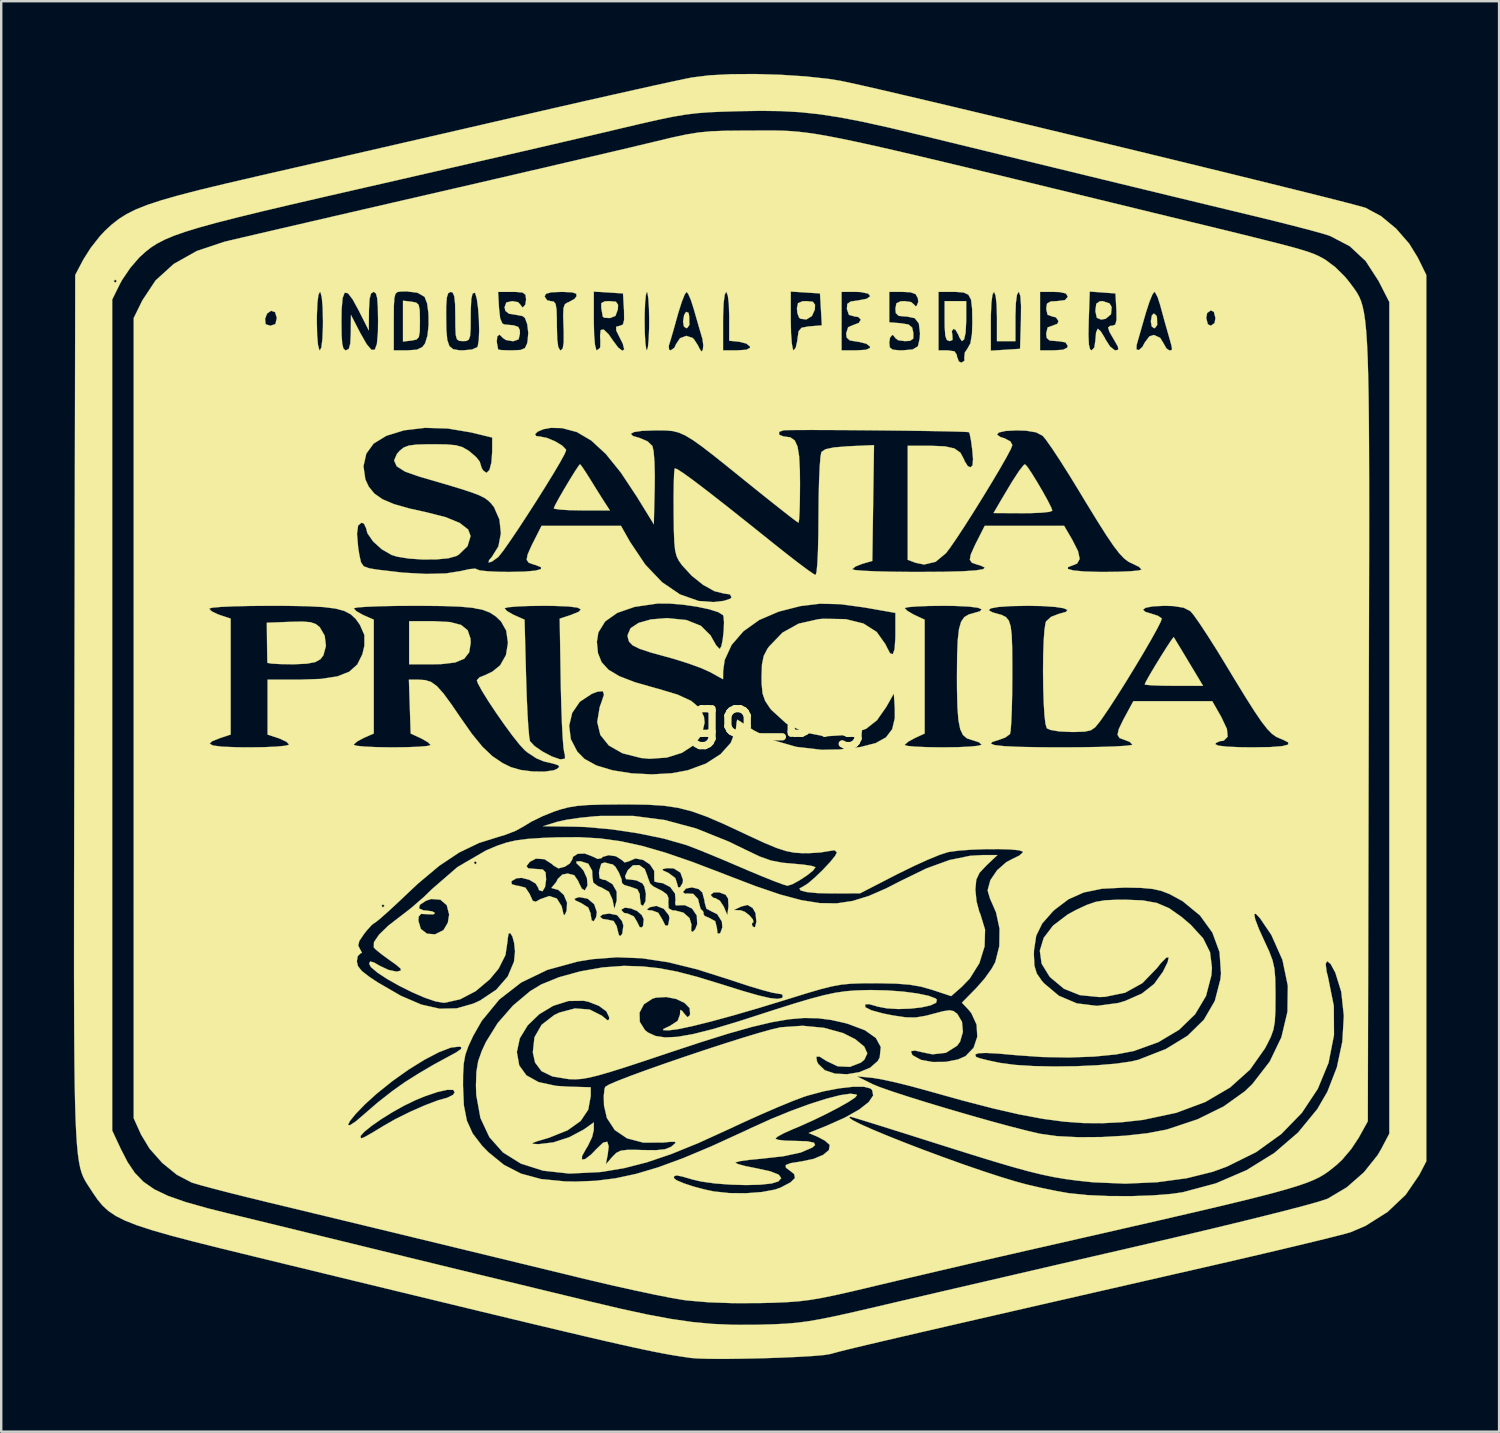
<source format=kicad_pcb>
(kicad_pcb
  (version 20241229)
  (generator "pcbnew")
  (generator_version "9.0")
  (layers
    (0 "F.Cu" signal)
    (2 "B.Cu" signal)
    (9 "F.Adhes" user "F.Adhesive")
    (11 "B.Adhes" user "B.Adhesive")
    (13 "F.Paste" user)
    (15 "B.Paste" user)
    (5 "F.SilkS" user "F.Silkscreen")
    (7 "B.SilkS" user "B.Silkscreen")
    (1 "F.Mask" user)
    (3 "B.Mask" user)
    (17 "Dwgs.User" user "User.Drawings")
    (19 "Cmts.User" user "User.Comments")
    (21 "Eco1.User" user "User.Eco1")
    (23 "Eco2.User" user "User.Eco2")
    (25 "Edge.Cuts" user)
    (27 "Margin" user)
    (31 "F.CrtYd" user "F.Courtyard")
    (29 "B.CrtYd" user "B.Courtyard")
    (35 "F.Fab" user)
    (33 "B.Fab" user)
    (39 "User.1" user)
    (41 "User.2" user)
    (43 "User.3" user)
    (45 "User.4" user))
  (footprint "logo_big"
    (layer "F.Cu")
    (at 27.931 26.521)
    (property "Reference" "logo_big" (at 0 0 0) (layer "F.SilkS") (effects (font (size 1.524 1.524) (thickness 0.3))))
    (attr through_hole)
    (fp_poly (pts (xy -2.567 -16.662) (xy -2.54 -16.517) (xy -2.536 -16.26) (xy -2.53 -16.164) (xy -2.618 -16.043) (xy -2.657 -16.026) (xy -2.759 -16.098) (xy -2.794 -16.301) (xy -2.749 -16.574) (xy -2.667 -16.701) (xy -2.567 -16.662)) (stroke (width 0.01) (type solid)) (fill yes) (layer "F.SilkS"))
    (fp_poly (pts (xy 16.75 -16.534) (xy 16.764 -16.447) (xy 16.77 -16.216) (xy 16.774 -16.164) (xy 16.686 -16.043) (xy 16.647 -16.026) (xy 16.546 -16.099) (xy 16.51 -16.309) (xy 16.552 -16.553) (xy 16.637 -16.637) (xy 16.75 -16.534)) (stroke (width 0.01) (type solid)) (fill yes) (layer "F.SilkS"))
    (fp_poly (pts (xy 14.805 -17.051) (xy 14.893 -16.902) (xy 14.866 -16.601) (xy 14.643 -16.414) (xy 14.453 -16.383) (xy 14.282 -16.457) (xy 14.225 -16.713) (xy 14.224 -16.764) (xy 14.259 -17.037) (xy 14.404 -17.137) (xy 14.527 -17.145) (xy 14.805 -17.051)) (stroke (width 0.01) (type solid)) (fill yes) (layer "F.SilkS"))
    (fp_poly (pts (xy -5.563 -17.119) (xy -5.476 -16.993) (xy -5.484 -16.806) (xy -5.584 -16.534) (xy -5.81 -16.446) (xy -6.037 -16.458) (xy -6.105 -16.499) (xy -6.134 -16.67) (xy -6.168 -16.859) (xy -6.169 -17.06) (xy -6.024 -17.136) (xy -5.833 -17.145) (xy -5.563 -17.119)) (stroke (width 0.01) (type solid)) (fill yes) (layer "F.SilkS"))
    (fp_poly (pts (xy 2.564 -17.119) (xy 2.653 -16.993) (xy 2.644 -16.796) (xy 2.523 -16.529) (xy 2.296 -16.387) (xy 2.053 -16.417) (xy 1.995 -16.462) (xy 1.924 -16.649) (xy 1.905 -16.849) (xy 1.949 -17.06) (xy 2.132 -17.138) (xy 2.294 -17.145) (xy 2.564 -17.119)) (stroke (width 0.01) (type solid)) (fill yes) (layer "F.SilkS"))
    (fp_poly (pts (xy -14.002 -17.122) (xy -13.808 -17.085) (xy -13.704 -16.99) (xy -13.661 -16.772) (xy -13.653 -16.371) (xy -13.652 -16.32) (xy -13.659 -15.896) (xy -13.697 -15.664) (xy -13.795 -15.56) (xy -13.978 -15.52) (xy -14.002 -15.517) (xy -14.351 -15.477) (xy -14.351 -17.162) (xy -14.002 -17.122)) (stroke (width 0.01) (type solid)) (fill yes) (layer "F.SilkS"))
    (fp_poly (pts (xy -12.41 -3.901) (xy -11.954 -3.782) (xy -11.683 -3.563) (xy -11.567 -3.225) (xy -11.557 -3.048) (xy -11.618 -2.656) (xy -11.822 -2.39) (xy -12.199 -2.232) (xy -12.778 -2.165) (xy -13.081 -2.159) (xy -14.097 -2.159) (xy -14.097 -3.937) (xy -13.081 -3.937) (xy -12.41 -3.901)) (stroke (width 0.01) (type solid)) (fill yes) (layer "F.SilkS"))
    (fp_poly (pts (xy 11.412 -10.312) (xy 11.59 -10.049) (xy 11.814 -9.687) (xy 12.048 -9.288) (xy 12.256 -8.913) (xy 12.4 -8.626) (xy 12.446 -8.495) (xy 12.328 -8.449) (xy 12.011 -8.415) (xy 11.551 -8.396) (xy 11.233 -8.393) (xy 10.019 -8.4) (xy 10.366 -8.994) (xy 10.776 -9.681) (xy 11.076 -10.143) (xy 11.264 -10.379) (xy 11.318 -10.412) (xy 11.412 -10.312)) (stroke (width 0.01) (type solid)) (fill yes) (layer "F.SilkS"))
    (fp_poly (pts (xy 8.89 -16.32) (xy 8.867 -15.849) (xy 8.805 -15.567) (xy 8.715 -15.493) (xy 8.609 -15.647) (xy 8.572 -15.748) (xy 8.455 -15.953) (xy 8.365 -16.002) (xy 8.296 -15.903) (xy 8.319 -15.748) (xy 8.327 -15.542) (xy 8.2 -15.494) (xy 8.089 -15.543) (xy 8.028 -15.722) (xy 8.003 -16.082) (xy 8.001 -16.32) (xy 8.001 -17.145) (xy 8.89 -17.145) (xy 8.89 -16.32)) (stroke (width 0.01) (type solid)) (fill yes) (layer "F.SilkS"))
    (fp_poly (pts (xy 17.528 -3.159) (xy 17.701 -2.873) (xy 17.943 -2.471) (xy 18.073 -2.254) (xy 18.664 -1.27) (xy 17.46 -1.27) (xy 16.942 -1.276) (xy 16.536 -1.291) (xy 16.297 -1.314) (xy 16.256 -1.329) (xy 16.316 -1.46) (xy 16.472 -1.736) (xy 16.689 -2.101) (xy 16.93 -2.494) (xy 17.161 -2.86) (xy 17.345 -3.139) (xy 17.446 -3.274) (xy 17.455 -3.278) (xy 17.528 -3.159)) (stroke (width 0.01) (type solid)) (fill yes) (layer "F.SilkS"))
    (fp_poly (pts (xy -6.964 -10.315) (xy -6.792 -10.057) (xy -6.597 -9.747) (xy -6.343 -9.337) (xy -6.115 -8.975) (xy -6 -8.795) (xy -5.813 -8.509) (xy -6.97 -8.509) (xy -7.477 -8.518) (xy -7.871 -8.542) (xy -8.096 -8.576) (xy -8.128 -8.597) (xy -8.068 -8.734) (xy -7.914 -9.017) (xy -7.703 -9.383) (xy -7.473 -9.768) (xy -7.261 -10.11) (xy -7.105 -10.345) (xy -7.045 -10.414) (xy -6.964 -10.315)) (stroke (width 0.01) (type solid)) (fill yes) (layer "F.SilkS"))
    (fp_poly (pts (xy -18.163 -3.894) (xy -17.948 -3.818) (xy -17.785 -3.688) (xy -17.582 -3.338) (xy -17.531 -2.916) (xy -17.636 -2.528) (xy -17.758 -2.369) (xy -17.97 -2.25) (xy -18.315 -2.183) (xy -18.847 -2.159) (xy -18.965 -2.159) (xy -19.427 -2.167) (xy -19.773 -2.187) (xy -19.94 -2.216) (xy -19.946 -2.223) (xy -19.952 -2.373) (xy -19.957 -2.703) (xy -19.962 -3.08) (xy -19.97 -3.873) (xy -19.007 -3.91) (xy -18.493 -3.921) (xy -18.163 -3.894)) (stroke (width 0.01) (type solid)) (fill yes) (layer "F.SilkS"))
    (fp_poly (pts (xy -4.844 4.1) (xy -3.554 4.268) (xy -2.265 4.614) (xy -0.919 5.154) (xy -0.215 5.496) (xy 0.362 5.772) (xy 0.834 5.94) (xy 1.309 6.031) (xy 1.727 6.069) (xy 2.179 6.11) (xy 2.512 6.161) (xy 2.664 6.214) (xy 2.667 6.222) (xy 2.567 6.357) (xy 2.322 6.553) (xy 2.011 6.757) (xy 1.716 6.918) (xy 1.517 6.98) (xy 1.34 6.93) (xy 0.977 6.796) (xy 0.475 6.595) (xy -0.12 6.346) (xy -0.381 6.234) (xy -1.047 5.95) (xy -1.682 5.685) (xy -2.226 5.466) (xy -2.617 5.316) (xy -2.692 5.29) (xy -3.597 5.033) (xy -4.654 4.815) (xy -5.76 4.65) (xy -6.813 4.557) (xy -7.219 4.543) (xy -8.572 4.524) (xy -8.001 4.346) (xy -7.616 4.26) (xy -7.07 4.179) (xy -6.457 4.117) (xy -6.189 4.099) (xy -4.844 4.1)) (stroke (width 0.01) (type solid)) (fill yes) (layer "F.SilkS"))
    (fp_poly (pts (xy 1.236 -26.485) (xy 2.262 -26.418) (xy 3.197 -26.317) (xy 3.683 -26.24) (xy 4.006 -26.173) (xy 4.543 -26.054) (xy 5.271 -25.888) (xy 6.168 -25.679) (xy 7.211 -25.434) (xy 8.378 -25.158) (xy 9.645 -24.856) (xy 10.991 -24.534) (xy 12.392 -24.197) (xy 13.827 -23.852) (xy 15.272 -23.502) (xy 16.705 -23.155) (xy 18.103 -22.814) (xy 19.443 -22.487) (xy 20.704 -22.177) (xy 21.862 -21.891) (xy 22.895 -21.635) (xy 23.78 -21.413) (xy 24.494 -21.231) (xy 25.016 -21.094) (xy 25.322 -21.009) (xy 25.378 -20.991) (xy 26.007 -20.653) (xy 26.63 -20.138) (xy 27.173 -19.514) (xy 27.521 -18.949) (xy 27.877 -18.224) (xy 27.877 18.352) (xy 27.58 18.923) (xy 27.024 19.735) (xy 26.273 20.445) (xy 25.376 21.011) (xy 24.76 21.275) (xy 24.521 21.344) (xy 24.063 21.462) (xy 23.412 21.623) (xy 22.595 21.82) (xy 21.642 22.047) (xy 20.578 22.296) (xy 19.432 22.562) (xy 18.415 22.795) (xy 16.143 23.314) (xy 14.106 23.78) (xy 12.292 24.195) (xy 10.688 24.563) (xy 9.281 24.886) (xy 8.059 25.167) (xy 7.009 25.409) (xy 6.119 25.616) (xy 5.377 25.789) (xy 4.769 25.932) (xy 4.283 26.048) (xy 3.907 26.14) (xy 3.628 26.21) (xy 3.433 26.262) (xy 3.31 26.298) (xy 3.302 26.3) (xy 3.051 26.343) (xy 2.595 26.384) (xy 1.984 26.421) (xy 1.267 26.453) (xy 0.493 26.479) (xy -0.288 26.496) (xy -1.028 26.505) (xy -1.676 26.503) (xy -2.184 26.489) (xy -2.477 26.466) (xy -2.755 26.425) (xy -3.031 26.383) (xy -3.321 26.335) (xy -3.636 26.278) (xy -3.991 26.209) (xy -4.401 26.124) (xy -4.879 26.021) (xy -5.439 25.896) (xy -6.096 25.746) (xy -6.862 25.568) (xy -7.752 25.358) (xy -8.78 25.114) (xy -9.96 24.831) (xy -11.306 24.507) (xy -12.832 24.138) (xy -14.552 23.722) (xy -16.479 23.255) (xy -18.628 22.733) (xy -20.511 22.276) (xy -21.877 21.942) (xy -23.019 21.656) (xy -23.962 21.408) (xy -24.728 21.188) (xy -25.342 20.987) (xy -25.827 20.795) (xy -26.208 20.603) (xy -26.506 20.401) (xy -26.748 20.18) (xy -26.955 19.93) (xy -27.153 19.641) (xy -27.189 19.584) (xy -27.292 19.427) (xy -27.385 19.285) (xy -27.469 19.147) (xy -27.544 19) (xy -27.611 18.831) (xy -27.67 18.626) (xy -27.721 18.374) (xy -27.765 18.062) (xy -27.803 17.676) (xy -27.834 17.205) (xy -27.861 16.634) (xy -27.882 15.953) (xy -27.898 15.147) (xy -27.91 14.204) (xy -27.918 13.112) (xy -27.923 11.857) (xy -27.926 10.426) (xy -27.925 8.808) (xy -27.924 6.989) (xy -27.92 4.957) (xy -27.916 2.698) (xy -27.911 0.201) (xy -27.91 -0.261) (xy -27.878 -17.209) (xy -26.352 -17.209) (xy -26.352 17.081) (xy -25.996 17.843) (xy -25.716 18.387) (xy -25.416 18.832) (xy -25.061 19.199) (xy -24.617 19.507) (xy -24.049 19.779) (xy -23.324 20.033) (xy -22.408 20.292) (xy -21.589 20.497) (xy -20.79 20.691) (xy -19.812 20.929) (xy -18.722 21.195) (xy -17.589 21.472) (xy -16.479 21.743) (xy -15.812 21.906) (xy -14.817 22.15) (xy -13.815 22.395) (xy -12.857 22.628) (xy -11.998 22.838) (xy -11.289 23.01) (xy -10.858 23.114) (xy -10.247 23.262) (xy -9.458 23.453) (xy -8.559 23.671) (xy -7.62 23.898) (xy -6.709 24.119) (xy -6.679 24.126) (xy -5.371 24.436) (xy -4.257 24.677) (xy -3.289 24.857) (xy -2.42 24.983) (xy -1.599 25.061) (xy -0.78 25.097) (xy 0.087 25.099) (xy 0.381 25.094) (xy 0.955 25.077) (xy 1.449 25.053) (xy 1.907 25.014) (xy 2.375 24.953) (xy 2.897 24.862) (xy 3.519 24.735) (xy 4.287 24.564) (xy 5.244 24.342) (xy 5.524 24.276) (xy 6.293 24.096) (xy 7.271 23.868) (xy 8.423 23.6) (xy 9.709 23.302) (xy 11.093 22.981) (xy 12.537 22.646) (xy 14.004 22.307) (xy 15.457 21.972) (xy 15.984 21.85) (xy 17.425 21.515) (xy 18.774 21.196) (xy 20.009 20.899) (xy 21.109 20.628) (xy 22.054 20.39) (xy 22.822 20.189) (xy 23.392 20.03) (xy 23.743 19.919) (xy 23.816 19.89) (xy 24.594 19.427) (xy 25.304 18.805) (xy 25.869 18.098) (xy 26.015 17.849) (xy 26.352 17.209) (xy 26.352 -17.107) (xy 25.908 -17.978) (xy 25.376 -18.799) (xy 24.72 -19.41) (xy 23.914 -19.831) (xy 23.852 -19.854) (xy 23.565 -19.942) (xy 23.076 -20.077) (xy 22.432 -20.245) (xy 21.679 -20.435) (xy 20.864 -20.635) (xy 20.637 -20.689) (xy 19.823 -20.885) (xy 18.819 -21.127) (xy 17.685 -21.401) (xy 16.48 -21.693) (xy 15.261 -21.988) (xy 14.087 -22.273) (xy 13.78 -22.348) (xy 12.632 -22.627) (xy 11.427 -22.92) (xy 10.223 -23.213) (xy 9.077 -23.492) (xy 8.046 -23.743) (xy 7.188 -23.952) (xy 6.983 -24.002) (xy 5.702 -24.307) (xy 4.617 -24.547) (xy 3.678 -24.728) (xy 2.839 -24.857) (xy 2.05 -24.941) (xy 1.263 -24.986) (xy 0.43 -24.997) (xy -0.445 -24.984) (xy -1.136 -24.964) (xy -1.705 -24.94) (xy -2.204 -24.902) (xy -2.683 -24.844) (xy -3.195 -24.758) (xy -3.791 -24.636) (xy -4.523 -24.47) (xy -5.443 -24.254) (xy -5.588 -24.219) (xy -6.285 -24.055) (xy -7.194 -23.842) (xy -8.281 -23.589) (xy -9.511 -23.304) (xy -10.847 -22.996) (xy -12.256 -22.672) (xy -13.703 -22.34) (xy -15.151 -22.008) (xy -15.874 -21.843) (xy -17.526 -21.465) (xy -18.951 -21.135) (xy -20.166 -20.849) (xy -21.193 -20.598) (xy -22.051 -20.379) (xy -22.759 -20.184) (xy -23.338 -20.007) (xy -23.807 -19.842) (xy -24.185 -19.683) (xy -24.493 -19.524) (xy -24.751 -19.359) (xy -24.977 -19.182) (xy -25.192 -18.986) (xy -25.235 -18.946) (xy -25.6 -18.524) (xy -25.937 -18.03) (xy -26.045 -17.833) (xy -26.352 -17.209) (xy -27.878 -17.209) (xy -27.877 -17.971) (xy -26.289 -17.971) (xy -26.226 -17.907) (xy -26.162 -17.971) (xy -26.226 -18.034) (xy -26.289 -17.971) (xy -27.877 -17.971) (xy -27.877 -18.224) (xy -27.538 -18.867) (xy -27.24 -19.337) (xy -26.859 -19.822) (xy -26.649 -20.046) (xy -26.368 -20.306) (xy -26.078 -20.533) (xy -25.752 -20.739) (xy -25.365 -20.931) (xy -24.891 -21.119) (xy -24.305 -21.311) (xy -23.581 -21.517) (xy -22.692 -21.746) (xy -21.615 -22.005) (xy -20.322 -22.305) (xy -19.875 -22.408) (xy -18.69 -22.679) (xy -17.315 -22.993) (xy -15.81 -23.339) (xy -14.233 -23.701) (xy -12.642 -24.067) (xy -11.096 -24.423) (xy -9.653 -24.756) (xy -9.335 -24.829) (xy -8.112 -25.111) (xy -6.929 -25.381) (xy -5.817 -25.632) (xy -4.805 -25.859) (xy -3.925 -26.055) (xy -3.206 -26.211) (xy -2.68 -26.323) (xy -2.413 -26.375) (xy -1.706 -26.463) (xy -0.816 -26.509) (xy 0.187 -26.516) (xy 1.236 -26.485)) (stroke (width 0.01) (type solid)) (fill yes) (layer "F.SilkS"))
    (fp_poly (pts (xy 1.009 -24.184) (xy 1.32 -24.178) (xy 1.632 -24.162) (xy 1.961 -24.135) (xy 2.32 -24.093) (xy 2.725 -24.034) (xy 3.19 -23.953) (xy 3.73 -23.849) (xy 4.36 -23.717) (xy 5.095 -23.556) (xy 5.948 -23.361) (xy 6.936 -23.13) (xy 8.072 -22.86) (xy 9.372 -22.548) (xy 10.85 -22.191) (xy 12.521 -21.785) (xy 14.4 -21.328) (xy 16.5 -20.817) (xy 18.034 -20.444) (xy 19.285 -20.14) (xy 20.315 -19.888) (xy 21.148 -19.681) (xy 21.81 -19.514) (xy 22.325 -19.378) (xy 22.719 -19.266) (xy 23.017 -19.172) (xy 23.244 -19.088) (xy 23.425 -19.008) (xy 23.585 -18.924) (xy 23.722 -18.845) (xy 24.119 -18.548) (xy 24.521 -18.15) (xy 24.7 -17.931) (xy 24.819 -17.771) (xy 24.926 -17.626) (xy 25.022 -17.483) (xy 25.107 -17.328) (xy 25.183 -17.148) (xy 25.249 -16.929) (xy 25.306 -16.659) (xy 25.355 -16.324) (xy 25.396 -15.911) (xy 25.43 -15.406) (xy 25.458 -14.796) (xy 25.479 -14.067) (xy 25.496 -13.207) (xy 25.507 -12.201) (xy 25.514 -11.037) (xy 25.518 -9.702) (xy 25.519 -8.181) (xy 25.517 -6.462) (xy 25.513 -4.532) (xy 25.508 -2.376) (xy 25.502 0.018) (xy 25.501 0.445) (xy 25.463 16.701) (xy 25.086 17.382) (xy 24.779 17.845) (xy 24.405 18.286) (xy 24.188 18.49) (xy 24.009 18.636) (xy 23.841 18.768) (xy 23.666 18.889) (xy 23.471 19.004) (xy 23.237 19.117) (xy 22.951 19.234) (xy 22.595 19.357) (xy 22.154 19.492) (xy 21.612 19.644) (xy 20.953 19.815) (xy 20.161 20.012) (xy 19.22 20.237) (xy 18.114 20.496) (xy 16.828 20.794) (xy 15.345 21.133) (xy 13.65 21.52) (xy 11.726 21.958) (xy 11.303 22.054) (xy 10.215 22.303) (xy 8.993 22.585) (xy 7.73 22.88) (xy 6.515 23.165) (xy 5.441 23.42) (xy 5.271 23.46) (xy 4.325 23.685) (xy 3.575 23.856) (xy 2.969 23.982) (xy 2.454 24.07) (xy 1.98 24.129) (xy 1.495 24.165) (xy 0.948 24.188) (xy 0.381 24.202) (xy -0.723 24.206) (xy -1.741 24.17) (xy -2.599 24.097) (xy -2.794 24.072) (xy -3.273 23.99) (xy -3.944 23.858) (xy -4.753 23.687) (xy -5.646 23.488) (xy -6.568 23.273) (xy -6.985 23.173) (xy -9.453 22.574) (xy -11.747 22.018) (xy -13.856 21.507) (xy -15.766 21.045) (xy -17.464 20.635) (xy -18.938 20.28) (xy -19.875 20.055) (xy -20.699 19.854) (xy -21.472 19.661) (xy -22.148 19.486) (xy -22.68 19.343) (xy -23.024 19.242) (xy -23.079 19.223) (xy -23.684 18.906) (xy -24.286 18.417) (xy -24.808 17.829) (xy -25.122 17.309) (xy -16.105 17.309) (xy -16.087 17.395) (xy -16.047 17.399) (xy -15.907 17.336) (xy -15.614 17.17) (xy -15.229 16.936) (xy -15.19 16.911) (xy -14.672 16.615) (xy -14.066 16.314) (xy -13.45 16.042) (xy -12.902 15.834) (xy -12.52 15.728) (xy -12.288 15.611) (xy -12.218 15.509) (xy -12.275 15.405) (xy -12.523 15.402) (xy -12.924 15.491) (xy -13.441 15.666) (xy -13.828 15.824) (xy -14.306 16.056) (xy -14.794 16.329) (xy -15.255 16.617) (xy -15.652 16.893) (xy -15.947 17.133) (xy -16.105 17.309) (xy -25.122 17.309) (xy -25.161 17.244) (xy -25.338 16.852) (xy -16.621 16.852) (xy -16.54 16.863) (xy -16.302 16.708) (xy -15.907 16.37) (xy -15.887 16.351) (xy -15.38 15.914) (xy -14.788 15.451) (xy -14.486 15.237) (xy -11.874 15.237) (xy -11.839 16.043) (xy -11.715 16.675) (xy -11.475 17.205) (xy -11.091 17.706) (xy -10.828 17.976) (xy -10.188 18.497) (xy -9.481 18.861) (xy -8.658 19.084) (xy -7.67 19.181) (xy -7.213 19.189) (xy -6.398 19.156) (xy -5.583 19.054) (xy -4.734 18.872) (xy -3.816 18.599) (xy -2.795 18.224) (xy -1.635 17.738) (xy -0.302 17.128) (xy 0 16.986) (xy 0.834 16.608) (xy 1.655 16.273) (xy 2.428 15.99) (xy 3.119 15.77) (xy 3.693 15.623) (xy 4.116 15.562) (xy 4.354 15.595) (xy 4.383 15.623) (xy 4.305 15.721) (xy 4.04 15.897) (xy 3.634 16.128) (xy 3.131 16.39) (xy 2.576 16.659) (xy 2.016 16.911) (xy 1.746 17.023) (xy 1.365 17.192) (xy 1.101 17.336) (xy 1.016 17.416) (xy 1.131 17.466) (xy 1.432 17.5) (xy 1.789 17.509) (xy 2.321 17.525) (xy 2.607 17.582) (xy 2.655 17.682) (xy 2.536 17.786) (xy 2.062 17.989) (xy 1.348 18.143) (xy 0.413 18.247) (xy -0.067 18.292) (xy -0.431 18.344) (xy -0.621 18.393) (xy -0.635 18.408) (xy -0.52 18.469) (xy -0.219 18.55) (xy 0.203 18.634) (xy 0.207 18.635) (xy 0.801 18.763) (xy 1.152 18.901) (xy 1.257 19.047) (xy 1.142 19.18) (xy 0.861 19.267) (xy 0.394 19.317) (xy -0.195 19.332) (xy -0.842 19.314) (xy -1.482 19.265) (xy -2.051 19.185) (xy -2.405 19.102) (xy -2.825 18.98) (xy -3.057 18.934) (xy -3.156 18.961) (xy -3.175 19.041) (xy -3.062 19.134) (xy -2.766 19.259) (xy -2.354 19.395) (xy -1.89 19.518) (xy -1.524 19.595) (xy -0.892 19.663) (xy -0.202 19.67) (xy 0.459 19.62) (xy 1.003 19.518) (xy 1.223 19.441) (xy 1.641 19.222) (xy 1.825 19.041) (xy 1.789 18.876) (xy 1.656 18.77) (xy 1.451 18.615) (xy 1.442 18.507) (xy 1.647 18.428) (xy 2.085 18.358) (xy 2.092 18.357) (xy 2.597 18.251) (xy 2.989 18.086) (xy 3.224 17.89) (xy 3.258 17.689) (xy 3.243 17.661) (xy 3.063 17.501) (xy 2.767 17.342) (xy 2.39 17.184) (xy 3.132 16.885) (xy 3.885 16.549) (xy 4.057 16.549) (xy 4.213 16.66) (xy 4.551 16.83) (xy 5.041 17.048) (xy 5.653 17.303) (xy 6.359 17.584) (xy 7.129 17.88) (xy 7.933 18.178) (xy 8.742 18.469) (xy 9.527 18.739) (xy 10.258 18.979) (xy 10.905 19.177) (xy 11.369 19.304) (xy 11.974 19.445) (xy 12.601 19.575) (xy 13.122 19.667) (xy 13.147 19.67) (xy 13.887 19.746) (xy 14.761 19.785) (xy 15.689 19.79) (xy 16.589 19.759) (xy 17.377 19.695) (xy 17.827 19.629) (xy 19.196 19.262) (xy 20.465 18.715) (xy 21.605 18.009) (xy 22.586 17.165) (xy 23.377 16.202) (xy 23.796 15.481) (xy 24.186 14.475) (xy 24.413 13.411) (xy 24.475 12.35) (xy 24.368 11.354) (xy 24.122 10.563) (xy 23.929 10.208) (xy 23.788 10.092) (xy 23.724 10.204) (xy 23.764 10.532) (xy 23.813 10.711) (xy 24.061 11.942) (xy 24.068 13.141) (xy 23.843 14.287) (xy 23.398 15.363) (xy 22.745 16.348) (xy 21.894 17.225) (xy 20.857 17.972) (xy 19.645 18.572) (xy 19.063 18.784) (xy 17.993 19.05) (xy 16.765 19.216) (xy 15.457 19.274) (xy 14.147 19.219) (xy 14.001 19.205) (xy 13.469 19.148) (xy 12.981 19.083) (xy 12.503 19.002) (xy 12 18.897) (xy 11.439 18.759) (xy 10.786 18.579) (xy 10.008 18.349) (xy 9.07 18.06) (xy 7.939 17.704) (xy 7.392 17.531) (xy 6.535 17.259) (xy 5.758 17.015) (xy 5.095 16.807) (xy 4.578 16.647) (xy 4.239 16.545) (xy 4.112 16.51) (xy 4.057 16.549) (xy 3.885 16.549) (xy 3.894 16.545) (xy 4.478 16.214) (xy 4.869 15.907) (xy 5.052 15.635) (xy 5.01 15.412) (xy 4.935 15.344) (xy 4.666 15.274) (xy 4.215 15.276) (xy 3.641 15.342) (xy 3.004 15.464) (xy 2.361 15.636) (xy 2.203 15.687) (xy 1.755 15.854) (xy 1.14 16.107) (xy 0.421 16.418) (xy -0.342 16.762) (xy -0.883 17.015) (xy -2.169 17.601) (xy -3.29 18.056) (xy -4.291 18.395) (xy -5.216 18.632) (xy -6.109 18.782) (xy -6.232 18.797) (xy -7.482 18.858) (xy -8.569 18.739) (xy -9.487 18.446) (xy -10.228 17.983) (xy -10.786 17.354) (xy -11.155 16.565) (xy -11.327 15.62) (xy -11.34 15.226) (xy -11.321 14.658) (xy -11.248 14.218) (xy -11.116 13.846) (xy -9.652 13.846) (xy -9.555 14.394) (xy -9.258 14.805) (xy -8.755 15.084) (xy -8.039 15.238) (xy -7.56 15.27) (xy -6.604 15.297) (xy -6.604 15.656) (xy -6.707 16.221) (xy -7.022 16.69) (xy -7.56 17.073) (xy -8.331 17.381) (xy -8.445 17.415) (xy -8.843 17.533) (xy -9.015 17.601) (xy -8.983 17.632) (xy -8.766 17.644) (xy -8.747 17.644) (xy -8.144 17.571) (xy -7.485 17.357) (xy -6.895 17.043) (xy -6.85 17.012) (xy -6.477 16.747) (xy -6.477 17.055) (xy -6.547 17.353) (xy -6.723 17.718) (xy -6.791 17.826) (xy -6.962 18.134) (xy -6.967 18.28) (xy -6.833 18.26) (xy -6.589 18.074) (xy -6.369 17.846) (xy -6.09 17.581) (xy -5.92 17.544) (xy -5.863 17.736) (xy -5.902 18.069) (xy -5.981 18.479) (xy -5.711 18.166) (xy -5.551 18.007) (xy -5.372 17.916) (xy -5.102 17.88) (xy -4.673 17.881) (xy -4.466 17.888) (xy -3.908 17.893) (xy -3.54 17.854) (xy -3.301 17.761) (xy -3.239 17.716) (xy -3.107 17.597) (xy -3.126 17.546) (xy -3.333 17.549) (xy -3.619 17.578) (xy -4.435 17.58) (xy -5.105 17.404) (xy -5.612 17.061) (xy -5.938 16.562) (xy -6.056 16.046) (xy -6.066 15.653) (xy -6.033 15.356) (xy -6.002 15.277) (xy -5.849 15.186) (xy -5.49 15.032) (xy -5.007 14.845) (xy 4.381 14.845) (xy 5.016 15.164) (xy 5.323 15.29) (xy 5.831 15.468) (xy 6.497 15.685) (xy 7.278 15.929) (xy 8.131 16.185) (xy 9.011 16.442) (xy 9.875 16.687) (xy 10.68 16.906) (xy 11.381 17.086) (xy 11.936 17.215) (xy 11.938 17.216) (xy 12.644 17.314) (xy 13.518 17.358) (xy 14.483 17.351) (xy 15.458 17.295) (xy 16.366 17.194) (xy 17.127 17.05) (xy 17.201 17.031) (xy 18.44 16.618) (xy 19.514 16.089) (xy 20.391 15.462) (xy 20.699 15.166) (xy 21.415 14.239) (xy 21.898 13.235) (xy 22.148 12.182) (xy 22.163 11.108) (xy 21.942 10.041) (xy 21.483 9.01) (xy 21.022 8.328) (xy 20.843 8.136) (xy 20.776 8.155) (xy 20.819 8.369) (xy 20.969 8.762) (xy 21.176 9.219) (xy 21.392 9.687) (xy 21.53 10.051) (xy 21.609 10.396) (xy 21.644 10.804) (xy 21.653 11.36) (xy 21.654 11.557) (xy 21.649 12.166) (xy 21.625 12.596) (xy 21.567 12.923) (xy 21.459 13.223) (xy 21.285 13.569) (xy 21.218 13.694) (xy 20.601 14.569) (xy 19.778 15.307) (xy 18.76 15.903) (xy 17.561 16.35) (xy 16.191 16.642) (xy 15.328 16.738) (xy 14.526 16.779) (xy 13.736 16.774) (xy 12.923 16.715) (xy 12.05 16.598) (xy 11.082 16.417) (xy 9.983 16.165) (xy 8.718 15.837) (xy 7.25 15.427) (xy 7.239 15.424) (xy 6.574 15.243) (xy 5.934 15.085) (xy 5.392 14.968) (xy 5.019 14.907) (xy 5.016 14.907) (xy 4.381 14.845) (xy -5.007 14.845) (xy -4.963 14.828) (xy -4.304 14.586) (xy -3.553 14.321) (xy -2.744 14.043) (xy -1.916 13.765) (xy -1.106 13.501) (xy -0.351 13.262) (xy 0.312 13.062) (xy 0.845 12.912) (xy 1.212 12.827) (xy 1.25 12.82) (xy 2.14 12.759) (xy 3.02 12.843) (xy 3.811 13.061) (xy 4.308 13.31) (xy 4.683 13.617) (xy 4.809 13.897) (xy 4.689 14.158) (xy 4.544 14.28) (xy 4.09 14.455) (xy 3.585 14.431) (xy 3.126 14.212) (xy 3.122 14.21) (xy 2.84 14.03) (xy 2.704 14.037) (xy 2.732 14.225) (xy 2.784 14.332) (xy 3.056 14.594) (xy 3.476 14.734) (xy 3.975 14.759) (xy 4.482 14.674) (xy 4.929 14.489) (xy 5.244 14.211) (xy 5.322 14.063) (xy 5.366 13.635) (xy 5.163 13.262) (xy 4.712 12.943) (xy 4.013 12.68) (xy 3.862 12.639) (xy 3.312 12.517) (xy 2.768 12.448) (xy 2.199 12.437) (xy 1.576 12.49) (xy 0.868 12.612) (xy 0.044 12.807) (xy -0.925 13.081) (xy -2.071 13.44) (xy -3.354 13.864) (xy -4.37 14.204) (xy -5.177 14.469) (xy -5.81 14.667) (xy -6.298 14.808) (xy -6.676 14.9) (xy -6.975 14.951) (xy -7.227 14.969) (xy -7.465 14.963) (xy -7.515 14.96) (xy -8.182 14.851) (xy -8.637 14.629) (xy -8.901 14.275) (xy -8.993 13.857) (xy -8.926 13.235) (xy -8.631 12.719) (xy -8.113 12.318) (xy -7.899 12.215) (xy -7.252 12.043) (xy -6.65 12.088) (xy -6.142 12.344) (xy -6.087 12.391) (xy -5.908 12.535) (xy -5.847 12.501) (xy -5.842 12.405) (xy -5.958 12.163) (xy -6.263 11.938) (xy -6.693 11.77) (xy -6.894 11.727) (xy -7.523 11.736) (xy -8.151 11.934) (xy -8.729 12.282) (xy -9.205 12.742) (xy -9.53 13.274) (xy -9.652 13.84) (xy -9.652 13.846) (xy -11.116 13.846) (xy -11.093 13.784) (xy -10.923 13.42) (xy -10.444 12.649) (xy -9.814 11.928) (xy -9.106 11.333) (xy -8.648 11.055) (xy -7.916 10.757) (xy -7.035 10.514) (xy -6.108 10.35) (xy -5.239 10.287) (xy -5.21 10.287) (xy -4.479 10.309) (xy -3.777 10.384) (xy -3.04 10.524) (xy -2.202 10.742) (xy -1.206 11.047) (xy -0.342 11.318) (xy 0.311 11.505) (xy 0.78 11.614) (xy 1.09 11.65) (xy 1.269 11.619) (xy 1.326 11.568) (xy 1.295 11.461) (xy 1.106 11.43) (xy 0.876 11.39) (xy 0.461 11.279) (xy -0.084 11.115) (xy -0.705 10.912) (xy -0.848 10.863) (xy -2.207 10.432) (xy -3.404 10.137) (xy -4.491 9.973) (xy -5.515 9.932) (xy -6.527 10.009) (xy -7.13 10.106) (xy -8.392 10.451) (xy -9.474 10.973) (xy -10.378 11.675) (xy -11.103 12.558) (xy -11.453 13.172) (xy -11.654 13.603) (xy -11.779 13.955) (xy -11.845 14.318) (xy -11.871 14.781) (xy -11.874 15.237) (xy -14.486 15.237) (xy -14.267 15.082) (xy -13.713 14.733) (xy -13.101 14.372) (xy -12.573 14.085) (xy -12.159 13.861) (xy -11.957 13.72) (xy -11.946 13.642) (xy -12.022 13.618) (xy -12.371 13.658) (xy -12.864 13.847) (xy -13.459 14.157) (xy -14.116 14.564) (xy -14.791 15.043) (xy -15.445 15.568) (xy -15.907 15.987) (xy -16.305 16.397) (xy -16.543 16.691) (xy -16.621 16.852) (xy -25.338 16.852) (xy -25.463 16.573) (xy -25.463 10.099) (xy -16.256 10.099) (xy -16.212 10.295) (xy -16.053 10.496) (xy -15.737 10.742) (xy -15.399 10.966) (xy -14.437 11.523) (xy -13.594 11.885) (xy -12.838 12.055) (xy -12.134 12.04) (xy -11.45 11.845) (xy -11.168 11.716) (xy -10.503 11.272) (xy -10.029 10.727) (xy -9.77 10.114) (xy -9.728 9.699) (xy -9.763 9.342) (xy -9.836 9.075) (xy -9.922 8.934) (xy -9.996 8.958) (xy -10.032 9.184) (xy -10.033 9.237) (xy -10.122 9.84) (xy -10.407 10.404) (xy -10.771 10.842) (xy -11.352 11.331) (xy -11.99 11.665) (xy -12.611 11.806) (xy -12.684 11.808) (xy -13.01 11.752) (xy -13.457 11.599) (xy -13.973 11.375) (xy -14.505 11.11) (xy -15.001 10.83) (xy -15.408 10.563) (xy -15.673 10.337) (xy -15.748 10.201) (xy -15.706 10.105) (xy -15.548 10.147) (xy -15.306 10.286) (xy -14.951 10.453) (xy -14.632 10.521) (xy -14.575 10.518) (xy -14.437 10.48) (xy -14.449 10.399) (xy -14.635 10.24) (xy -14.884 10.063) (xy -15.224 9.816) (xy -15.473 9.614) (xy -15.556 9.527) (xy -15.549 9.309) (xy -15.34 9) (xy -14.955 8.627) (xy -14.693 8.425) (xy -13.716 8.425) (xy -13.615 8.763) (xy -13.361 8.959) (xy -13.028 8.986) (xy -12.69 8.817) (xy -12.678 8.807) (xy -12.5 8.506) (xy -12.446 8.169) (xy -12.546 7.78) (xy -12.809 7.556) (xy -13.184 7.527) (xy -13.399 7.597) (xy -13.656 7.767) (xy -13.692 7.914) (xy -13.506 7.996) (xy -13.406 8.001) (xy -13.143 8.039) (xy -13.032 8.105) (xy -13.092 8.162) (xy -13.326 8.156) (xy -13.342 8.154) (xy -13.606 8.142) (xy -13.704 8.255) (xy -13.716 8.425) (xy -14.693 8.425) (xy -14.505 8.28) (xy -14.011 7.898) (xy -13.486 7.441) (xy -13.145 7.111) (xy -12.781 6.796) (xy -9.88 6.796) (xy -9.861 6.919) (xy -9.627 6.984) (xy -9.577 6.985) (xy -9.299 7.059) (xy -9.122 7.321) (xy -9.11 7.354) (xy -8.998 7.6) (xy -8.875 7.641) (xy -8.683 7.534) (xy -8.312 7.405) (xy -8.003 7.508) (xy -7.806 7.822) (xy -7.785 7.907) (xy -7.726 8.165) (xy -7.676 8.192) (xy -7.598 8.009) (xy -7.597 8.006) (xy -7.58 7.678) (xy -7.647 7.519) (xy -7.281 7.519) (xy -7.23 7.589) (xy -6.999 7.696) (xy -6.706 7.878) (xy -6.606 8.132) (xy -6.604 8.193) (xy -6.564 8.413) (xy -6.477 8.445) (xy -6.378 8.27) (xy -6.376 8.255) (xy -6.223 8.255) (xy -6.114 8.35) (xy -5.902 8.382) (xy -5.66 8.435) (xy -5.535 8.643) (xy -5.503 8.777) (xy -5.438 9.027) (xy -5.369 9.053) (xy -5.301 8.954) (xy -5.256 8.619) (xy -5.317 8.432) (xy -5.515 8.194) (xy -5.839 8.128) (xy -6.108 8.165) (xy -6.223 8.253) (xy -6.223 8.255) (xy -6.376 8.255) (xy -6.35 8.064) (xy -6.375 7.993) (xy -5.334 7.993) (xy -5.228 8.102) (xy -5.077 8.128) (xy -4.824 8.247) (xy -4.689 8.473) (xy -4.58 8.694) (xy -4.487 8.693) (xy -4.443 8.632) (xy -4.416 8.361) (xy -4.496 8.192) (xy -4.687 8.023) (xy -4.837 7.961) (xy -4.294 7.961) (xy -4.202 7.994) (xy -4.085 7.997) (xy -3.819 8.093) (xy -3.645 8.381) (xy -3.528 8.619) (xy -3.434 8.628) (xy -3.401 8.582) (xy -3.355 8.314) (xy -3.38 8.199) (xy -3.589 7.931) (xy -3.895 7.811) (xy -4.161 7.865) (xy -4.294 7.961) (xy -4.837 7.961) (xy -4.949 7.914) (xy -5.192 7.884) (xy -5.328 7.957) (xy -5.334 7.993) (xy -6.375 7.993) (xy -6.461 7.742) (xy -6.732 7.513) (xy -7.071 7.45) (xy -7.134 7.462) (xy -7.281 7.519) (xy -7.647 7.519) (xy -7.714 7.36) (xy -7.947 7.148) (xy -8.099 7.11) (xy -8.227 7.072) (xy -8.182 7.015) (xy -8.023 6.822) (xy -7.964 6.699) (xy -7.776 6.52) (xy -7.554 6.477) (xy -7.285 6.545) (xy -7.118 6.791) (xy -7.093 6.858) (xy -6.971 7.099) (xy -6.854 7.172) (xy -6.846 7.168) (xy -6.736 6.97) (xy -6.76 6.666) (xy -6.901 6.355) (xy -7.009 6.228) (xy -7.194 6.046) (xy -7.196 5.979) (xy -7.024 5.969) (xy -6.705 6.07) (xy -6.546 6.357) (xy -6.535 6.604) (xy -6.5 6.851) (xy -6.299 7.002) (xy -6.171 7.048) (xy -5.853 7.23) (xy -5.707 7.549) (xy -5.705 7.556) (xy -5.629 7.938) (xy -5.53 7.583) (xy -5.533 7.22) (xy -5.707 6.911) (xy -5.995 6.742) (xy -6.094 6.731) (xy -6.238 6.672) (xy -6.263 6.455) (xy -6.249 6.342) (xy -6.167 6.069) (xy -6.025 6.019) (xy -6.007 6.025) (xy -5.767 6.09) (xy -5.701 6.096) (xy -5.584 6.199) (xy -5.443 6.437) (xy -5.334 6.702) (xy -5.309 6.875) (xy -5.211 6.953) (xy -4.954 7.029) (xy -4.948 7.03) (xy -4.679 7.126) (xy -4.581 7.324) (xy -4.572 7.497) (xy -4.538 7.753) (xy -4.45 7.813) (xy -4.445 7.811) (xy -4.343 7.622) (xy -4.325 7.316) (xy -4.389 7.016) (xy -4.47 6.883) (xy -4.714 6.76) (xy -4.915 6.731) (xy -5.147 6.706) (xy -5.188 6.59) (xy -5.076 6.342) (xy -4.86 6.136) (xy -4.601 6.128) (xy -4.374 6.292) (xy -4.257 6.6) (xy -4.256 6.617) (xy -4.154 6.889) (xy -4.022 7.009) (xy -3.651 7.198) (xy -3.46 7.338) (xy -3.395 7.485) (xy -3.402 7.669) (xy -3.39 7.914) (xy -3.232 7.997) (xy -3.125 8.001) (xy -2.78 8.09) (xy -2.529 8.311) (xy -2.444 8.593) (xy -2.455 8.655) (xy -2.457 8.847) (xy -2.404 8.89) (xy -2.293 8.782) (xy -2.21 8.567) (xy -2.227 8.211) (xy -2.419 7.924) (xy -2.721 7.78) (xy -2.889 7.784) (xy -3.098 7.791) (xy -3.122 7.661) (xy -3.103 7.594) (xy -3.126 7.299) (xy -3.164 7.249) (xy -2.794 7.249) (xy -2.702 7.314) (xy -2.635 7.3) (xy -2.372 7.316) (xy -2.178 7.524) (xy -2.126 7.727) (xy -2.067 7.944) (xy -1.997 8.001) (xy -1.943 8.079) (xy -1.96 8.114) (xy -1.909 8.224) (xy -1.714 8.307) (xy -1.467 8.442) (xy -1.397 8.72) (xy -1.397 8.727) (xy -1.371 8.951) (xy -1.281 8.95) (xy -1.254 8.925) (xy -1.172 8.699) (xy -1.192 8.457) (xy -1.385 8.153) (xy -1.589 8.053) (xy -1.829 7.927) (xy -1.904 7.663) (xy -1.905 7.611) (xy -1.969 7.366) (xy -1.651 7.366) (xy -1.548 7.478) (xy -1.457 7.493) (xy -1.274 7.599) (xy -1.115 7.842) (xy -0.967 8.191) (xy -0.939 7.984) (xy -0.699 7.984) (xy -0.417 7.992) (xy -0.237 8.06) (xy -0.048 8.209) (xy 0.089 8.375) (xy 0.113 8.49) (xy 0.06 8.509) (xy 0.048 8.592) (xy 0.088 8.668) (xy 0.174 8.696) (xy 0.231 8.475) (xy 0.232 8.46) (xy 0.196 8.108) (xy 0.079 7.899) (xy -0.131 7.772) (xy -0.394 7.837) (xy -0.407 7.844) (xy -0.699 7.984) (xy -0.939 7.984) (xy -0.918 7.824) (xy -0.936 7.508) (xy -1.038 7.35) (xy -1.292 7.256) (xy -1.531 7.257) (xy -1.65 7.352) (xy -1.651 7.366) (xy -1.969 7.366) (xy -1.996 7.262) (xy -2.15 7.117) (xy -2.422 7.048) (xy -2.672 7.094) (xy -2.793 7.233) (xy -2.794 7.249) (xy -3.164 7.249) (xy -3.326 7.032) (xy -3.632 6.873) (xy -3.762 6.858) (xy -3.975 6.81) (xy -3.983 6.667) (xy -3.982 6.368) (xy -4.03 6.296) (xy -3.644 6.296) (xy -3.623 6.35) (xy -3.397 6.451) (xy -3.115 6.66) (xy -3.048 6.862) (xy -3 7.04) (xy -2.921 7.048) (xy -2.812 6.868) (xy -2.794 6.739) (xy -2.903 6.438) (xy -3.179 6.265) (xy -3.454 6.254) (xy -3.644 6.296) (xy -4.03 6.296) (xy -4.16 6.101) (xy -4.443 5.913) (xy -4.758 5.854) (xy -5.03 5.97) (xy -5.035 5.974) (xy -5.203 6.019) (xy -5.33 5.911) (xy -5.565 5.763) (xy -5.866 5.719) (xy -6.11 5.789) (xy -6.159 5.841) (xy -6.314 5.875) (xy -6.541 5.767) (xy -6.846 5.651) (xy -7.14 5.661) (xy -7.334 5.785) (xy -7.366 5.894) (xy -7.469 6.062) (xy -7.671 6.194) (xy -7.937 6.264) (xy -8.146 6.143) (xy -8.199 6.088) (xy -8.515 5.884) (xy -8.866 5.861) (xy -9.119 5.994) (xy -9.255 6.173) (xy -9.185 6.262) (xy -8.888 6.288) (xy -8.858 6.288) (xy -8.579 6.31) (xy -8.466 6.43) (xy -8.445 6.72) (xy -8.487 7.027) (xy -8.589 7.2) (xy -8.604 7.207) (xy -8.744 7.158) (xy -8.763 7.079) (xy -8.873 6.892) (xy -9.136 6.735) (xy -9.453 6.655) (xy -9.667 6.672) (xy -9.88 6.796) (xy -12.781 6.796) (xy -12.105 6.212) (xy -11.798 6.032) (xy -11.43 6.032) (xy -11.367 6.096) (xy -11.303 6.032) (xy -11.367 5.969) (xy -11.43 6.032) (xy -11.798 6.032) (xy -10.931 5.528) (xy -10.474 5.333) (xy -10.093 5.203) (xy -9.694 5.111) (xy -9.213 5.048) (xy -8.588 5.006) (xy -8.001 4.983) (xy -7.085 4.977) (xy -6.225 5.027) (xy -5.375 5.143) (xy -4.489 5.336) (xy -3.522 5.615) (xy -2.427 5.991) (xy -1.158 6.475) (xy -1.009 6.534) (xy 0.197 6.996) (xy 1.215 7.343) (xy 2.086 7.576) (xy 2.848 7.697) (xy 3.541 7.708) (xy 4.202 7.609) (xy 4.872 7.402) (xy 5.59 7.089) (xy 6.172 6.79) (xy 7.251 6.265) (xy 8.2 5.92) (xy 9.057 5.744) (xy 9.561 5.715) (xy 10.178 5.715) (xy 9.725 6.143) (xy 9.439 6.447) (xy 9.307 6.728) (xy 9.271 7.107) (xy 9.271 7.165) (xy 9.317 7.626) (xy 9.43 8.052) (xy 9.476 8.156) (xy 9.669 8.791) (xy 9.649 9.483) (xy 9.433 10.177) (xy 9.035 10.814) (xy 8.715 11.145) (xy 8.271 11.535) (xy 7.469 11.27) (xy 7.021 11.143) (xy 6.549 11.062) (xy 5.981 11.019) (xy 5.241 11.004) (xy 5.144 11.004) (xy 4.587 11.007) (xy 4.14 11.022) (xy 3.745 11.06) (xy 3.344 11.133) (xy 2.879 11.25) (xy 2.292 11.422) (xy 1.525 11.66) (xy 1.46 11.68) (xy 0.317 12.03) (xy -0.73 12.334) (xy -1.652 12.585) (xy -2.421 12.776) (xy -3.01 12.9) (xy -3.391 12.948) (xy -3.429 12.949) (xy -3.618 12.937) (xy -3.604 12.891) (xy -3.372 12.781) (xy -3.334 12.765) (xy -3.017 12.558) (xy -2.921 12.301) (xy -2.908 12.104) (xy -2.833 12.142) (xy -2.751 12.249) (xy -2.613 12.404) (xy -2.533 12.35) (xy -2.502 12.277) (xy -2.522 12.03) (xy -2.734 11.814) (xy -3.077 11.652) (xy -3.49 11.572) (xy -3.912 11.598) (xy -4.049 11.637) (xy -4.411 11.873) (xy -4.591 12.217) (xy -4.579 12.597) (xy -4.365 12.94) (xy -4.24 13.038) (xy -3.931 13.18) (xy -3.536 13.24) (xy -3.027 13.216) (xy -2.379 13.102) (xy -1.563 12.897) (xy -0.554 12.594) (xy -0.064 12.437) (xy 0.972 12.102) (xy 1.807 11.839) (xy 2.478 11.64) (xy 3.025 11.496) (xy 3.487 11.397) (xy 3.903 11.336) (xy 4.311 11.302) (xy 4.75 11.288) (xy 4.96 11.285) (xy 5.634 11.3) (xy 6.291 11.349) (xy 6.877 11.426) (xy 7.34 11.523) (xy 7.626 11.631) (xy 7.682 11.682) (xy 7.649 11.81) (xy 7.417 11.918) (xy 7.042 12.001) (xy 6.58 12.052) (xy 6.086 12.068) (xy 5.616 12.04) (xy 5.224 11.965) (xy 5.147 11.939) (xy 4.873 11.865) (xy 4.717 11.878) (xy 4.73 11.996) (xy 4.984 12.122) (xy 5.466 12.253) (xy 5.872 12.333) (xy 6.397 12.411) (xy 6.805 12.417) (xy 7.224 12.346) (xy 7.51 12.271) (xy 7.94 12.158) (xy 8.201 12.119) (xy 8.368 12.153) (xy 8.515 12.261) (xy 8.525 12.27) (xy 8.717 12.597) (xy 8.754 13.015) (xy 8.637 13.417) (xy 8.512 13.586) (xy 8.054 13.874) (xy 7.5 13.937) (xy 7.137 13.864) (xy 6.773 13.781) (xy 6.608 13.809) (xy 6.658 13.945) (xy 6.696 13.986) (xy 7.026 14.166) (xy 7.504 14.254) (xy 8.042 14.249) (xy 8.551 14.15) (xy 8.864 14.012) (xy 8.929 13.944) (xy 9.262 13.944) (xy 9.296 14.037) (xy 9.302 14.044) (xy 9.455 14.102) (xy 9.79 14.186) (xy 10.238 14.281) (xy 10.308 14.294) (xy 10.914 14.374) (xy 11.677 14.422) (xy 12.536 14.439) (xy 13.429 14.428) (xy 14.294 14.388) (xy 15.071 14.323) (xy 15.697 14.233) (xy 16.002 14.16) (xy 17.129 13.719) (xy 18.027 13.17) (xy 18.7 12.51) (xy 19.15 11.736) (xy 19.381 10.844) (xy 19.406 10.596) (xy 19.345 9.718) (xy 19.05 8.913) (xy 18.538 8.205) (xy 17.823 7.618) (xy 17.294 7.329) (xy 16.946 7.193) (xy 16.571 7.11) (xy 16.095 7.068) (xy 15.442 7.056) (xy 15.431 7.056) (xy 14.496 7.103) (xy 13.741 7.258) (xy 13.109 7.54) (xy 12.543 7.968) (xy 12.467 8.039) (xy 12.025 8.54) (xy 11.779 9.044) (xy 11.688 9.646) (xy 11.684 9.832) (xy 11.706 10.28) (xy 11.8 10.596) (xy 12.007 10.898) (xy 12.096 11.001) (xy 12.713 11.52) (xy 13.455 11.835) (xy 14.285 11.938) (xy 15.164 11.82) (xy 15.448 11.735) (xy 16.141 11.43) (xy 16.647 11.032) (xy 17.011 10.527) (xy 17.206 10.131) (xy 17.247 9.934) (xy 17.149 9.945) (xy 16.924 10.172) (xy 16.764 10.376) (xy 16.162 10.999) (xy 15.45 11.394) (xy 14.617 11.565) (xy 14.381 11.574) (xy 13.58 11.494) (xy 12.926 11.232) (xy 12.369 10.768) (xy 12.32 10.713) (xy 12.003 10.195) (xy 11.929 9.661) (xy 12.089 9.131) (xy 12.475 8.626) (xy 13.079 8.167) (xy 13.426 7.978) (xy 13.872 7.77) (xy 14.237 7.645) (xy 14.618 7.581) (xy 15.108 7.558) (xy 15.428 7.556) (xy 16.175 7.585) (xy 16.759 7.691) (xy 17.265 7.908) (xy 17.78 8.269) (xy 18.158 8.593) (xy 18.668 9.151) (xy 18.952 9.723) (xy 19.032 10.366) (xy 19.009 10.677) (xy 18.786 11.531) (xy 18.337 12.284) (xy 17.677 12.923) (xy 16.818 13.436) (xy 15.812 13.799) (xy 15.079 13.941) (xy 14.162 14.031) (xy 13.124 14.068) (xy 12.028 14.048) (xy 10.991 13.976) (xy 10.236 13.908) (xy 9.711 13.88) (xy 9.393 13.892) (xy 9.262 13.944) (xy 8.929 13.944) (xy 9.195 13.669) (xy 9.348 13.212) (xy 9.32 12.712) (xy 9.104 12.239) (xy 8.991 12.1) (xy 8.714 11.806) (xy 9.304 11.205) (xy 9.651 10.81) (xy 9.944 10.401) (xy 10.091 10.132) (xy 10.257 9.474) (xy 10.267 8.754) (xy 10.124 8.086) (xy 10.033 7.874) (xy 9.875 7.514) (xy 9.786 7.215) (xy 9.779 7.149) (xy 9.888 6.75) (xy 10.166 6.341) (xy 10.55 6.005) (xy 10.797 5.875) (xy 11.087 5.733) (xy 11.228 5.606) (xy 11.228 5.57) (xy 11.073 5.517) (xy 10.725 5.483) (xy 10.244 5.468) (xy 9.692 5.471) (xy 9.127 5.491) (xy 8.611 5.528) (xy 8.204 5.581) (xy 8.128 5.597) (xy 7.797 5.704) (xy 7.307 5.905) (xy 6.72 6.172) (xy 6.099 6.476) (xy 6.032 6.51) (xy 4.508 7.294) (xy 3.345 7.298) (xy 2.754 7.284) (xy 2.318 7.242) (xy 2.061 7.176) (xy 2.009 7.095) (xy 2.159 7.013) (xy 2.359 6.887) (xy 2.648 6.639) (xy 2.971 6.328) (xy 3.268 6.012) (xy 3.482 5.749) (xy 3.556 5.604) (xy 3.458 5.515) (xy 3.207 5.553) (xy 2.881 5.606) (xy 2.427 5.635) (xy 2.133 5.637) (xy 1.795 5.615) (xy 1.457 5.548) (xy 1.063 5.42) (xy 0.561 5.211) (xy -0.104 4.904) (xy -0.217 4.851) (xy -1.097 4.439) (xy -1.813 4.131) (xy -2.426 3.911) (xy -2.995 3.765) (xy -3.583 3.678) (xy -4.249 3.636) (xy -5.054 3.624) (xy -5.334 3.624) (xy -6.125 3.631) (xy -6.718 3.649) (xy -7.17 3.686) (xy -7.538 3.747) (xy -7.877 3.838) (xy -8.115 3.918) (xy -8.604 4.115) (xy -9.054 4.335) (xy -9.321 4.499) (xy -9.689 4.707) (xy -10.157 4.889) (xy -10.351 4.944) (xy -11.214 5.214) (xy -12.034 5.609) (xy -12.858 6.159) (xy -13.734 6.894) (xy -14.095 7.232) (xy -14.573 7.685) (xy -14.988 8.067) (xy -15.305 8.347) (xy -15.489 8.494) (xy -15.518 8.509) (xy -15.643 8.601) (xy -15.852 8.833) (xy -15.947 8.954) (xy -16.152 9.255) (xy -16.2 9.449) (xy -16.129 9.589) (xy -16.044 9.746) (xy -16.113 9.779) (xy -16.22 9.888) (xy -16.256 10.099) (xy -25.463 10.099) (xy -25.463 7.811) (xy -15.24 7.811) (xy -15.177 7.874) (xy -15.113 7.811) (xy -15.177 7.747) (xy -15.24 7.811) (xy -25.463 7.811) (xy -25.463 -4.455) (xy -22.352 -4.455) (xy -22.244 -4.343) (xy -21.977 -4.215) (xy -21.907 -4.191) (xy -21.463 -4.044) (xy -21.463 0.742) (xy -21.907 0.889) (xy -22.233 1.019) (xy -22.329 1.12) (xy -22.19 1.194) (xy -21.812 1.242) (xy -21.188 1.266) (xy -20.701 1.27) (xy -20.074 1.262) (xy -19.561 1.238) (xy -19.206 1.203) (xy -19.053 1.16) (xy -19.05 1.153) (xy -19.158 1.041) (xy -19.425 0.913) (xy -19.494 0.889) (xy -19.939 0.742) (xy -19.939 -1.524) (xy -18.621 -1.524) (xy -17.73 -1.555) (xy -17.056 -1.659) (xy -16.568 -1.852) (xy -16.236 -2.15) (xy -16.028 -2.569) (xy -15.944 -2.921) (xy -15.944 -3.367) (xy -16.128 -3.786) (xy -16.302 -4.031) (xy -16.506 -4.22) (xy -16.772 -4.36) (xy -17.135 -4.458) (xy -17.217 -4.468) (xy -16.383 -4.468) (xy -16.279 -4.353) (xy -16.022 -4.206) (xy -15.97 -4.182) (xy -15.557 -4) (xy -15.557 0.699) (xy -15.97 0.88) (xy -16.244 1.027) (xy -16.38 1.151) (xy -16.383 1.166) (xy -16.264 1.205) (xy -15.939 1.238) (xy -15.456 1.26) (xy -14.864 1.27) (xy -14.796 1.27) (xy -14.194 1.263) (xy -13.698 1.243) (xy -13.355 1.214) (xy -13.212 1.179) (xy -13.211 1.175) (xy -13.316 1.064) (xy -13.571 0.914) (xy -13.623 0.889) (xy -14.034 0.699) (xy -14.07 -0.413) (xy -14.107 -1.524) (xy -13.713 -1.524) (xy -13.428 -1.505) (xy -13.186 -1.426) (xy -12.949 -1.254) (xy -12.683 -0.956) (xy -12.349 -0.501) (xy -12.011 -0.005) (xy -11.507 0.713) (xy -11.073 1.245) (xy -10.665 1.632) (xy -10.242 1.918) (xy -9.9 2.086) (xy -9.497 2.202) (xy -9.005 2.265) (xy -8.518 2.272) (xy -8.132 2.217) (xy -8.005 2.164) (xy -7.902 2.079) (xy -7.94 2.011) (xy -8.155 1.939) (xy -8.538 1.85) (xy -8.851 1.719) (xy -9.212 1.481) (xy -9.322 1.391) (xy -9.536 1.161) (xy -9.829 0.793) (xy -10.165 0.336) (xy -10.511 -0.16) (xy -10.832 -0.643) (xy -11.093 -1.063) (xy -11.26 -1.371) (xy -11.303 -1.5) (xy -11.195 -1.618) (xy -10.975 -1.706) (xy -10.659 -1.857) (xy -10.349 -2.109) (xy -10.34 -2.119) (xy -10.102 -2.537) (xy -10.019 -3.045) (xy -10.091 -3.548) (xy -10.305 -3.927) (xy -10.524 -4.136) (xy -10.767 -4.294) (xy -11.071 -4.41) (xy -11.367 -4.468) (xy -10.16 -4.468) (xy -10.056 -4.353) (xy -9.799 -4.206) (xy -9.747 -4.182) (xy -9.335 -4) (xy -9.27 -1.587) (xy -9.245 -0.82) (xy -9.214 -0.133) (xy -9.179 0.431) (xy -9.144 0.828) (xy -9.11 1.015) (xy -9.11 1.016) (xy -8.922 1.216) (xy -8.592 1.443) (xy -8.216 1.642) (xy -7.892 1.756) (xy -7.827 1.764) (xy -7.664 1.732) (xy -7.671 1.562) (xy -7.695 1.492) (xy -7.728 1.282) (xy -7.761 0.861) (xy -7.787 0.377) (xy -7.495 0.377) (xy -7.427 0.929) (xy -7.159 1.445) (xy -6.864 1.745) (xy -6.375 2.015) (xy -5.705 2.217) (xy -4.919 2.342) (xy -4.081 2.385) (xy -3.258 2.338) (xy -2.603 2.217) (xy -1.849 1.939) (xy -1.245 1.551) (xy -0.824 1.081) (xy -0.619 0.558) (xy -0.608 0.468) (xy -0.58 0.218) (xy -0.557 0.127) (xy -0.448 0.192) (xy -0.189 0.361) (xy 0.114 0.563) (xy 0.919 0.974) (xy 1.878 1.249) (xy 2.921 1.371) (xy 3.672 1.356) (xy 4.525 1.256) (xy 5.153 1.096) (xy 5.582 0.857) (xy 5.837 0.519) (xy 5.945 0.063) (xy 5.944 -0.349) (xy 5.905 -0.953) (xy 5.588 -0.392) (xy 5.207 0.152) (xy 4.761 0.503) (xy 4.169 0.715) (xy 3.969 0.758) (xy 3.064 0.815) (xy 2.215 0.651) (xy 1.463 0.282) (xy 0.848 -0.279) (xy 0.791 -0.351) (xy 0.594 -0.649) (xy 0.489 -0.949) (xy 0.449 -1.35) (xy 0.445 -1.641) (xy 0.463 -2.15) (xy 0.535 -2.502) (xy 0.684 -2.791) (xy 0.753 -2.887) (xy 1.31 -3.465) (xy 1.976 -3.835) (xy 2.79 -4.019) (xy 2.996 -4.037) (xy 3.918 -4.021) (xy 4.65 -3.841) (xy 5.196 -3.494) (xy 5.562 -2.979) (xy 5.593 -2.908) (xy 5.747 -2.615) (xy 5.861 -2.573) (xy 5.935 -2.779) (xy 5.967 -3.234) (xy 5.969 -3.41) (xy 5.969 -4.279) (xy 4.844 -4.477) (xy 6.353 -4.477) (xy 6.458 -4.366) (xy 6.713 -4.216) (xy 6.765 -4.191) (xy 7.176 -4) (xy 7.176 0.699) (xy 6.765 0.889) (xy 6.493 1.039) (xy 6.356 1.161) (xy 6.353 1.175) (xy 6.471 1.211) (xy 6.795 1.241) (xy 7.276 1.261) (xy 7.868 1.27) (xy 7.938 1.27) (xy 8.539 1.262) (xy 9.036 1.239) (xy 9.38 1.205) (xy 9.524 1.164) (xy 9.525 1.159) (xy 9.415 1.059) (xy 9.15 0.973) (xy 9.142 0.971) (xy 8.922 0.899) (xy 8.758 0.759) (xy 8.644 0.52) (xy 8.57 0.146) (xy 8.528 -0.396) (xy 8.511 -1.139) (xy 8.509 -1.651) (xy 8.516 -2.512) (xy 8.541 -3.154) (xy 8.593 -3.61) (xy 8.681 -3.916) (xy 8.812 -4.105) (xy 8.995 -4.213) (xy 9.136 -4.253) (xy 9.455 -4.345) (xy 9.499 -4.392) (xy 9.82 -4.392) (xy 9.968 -4.304) (xy 10.128 -4.258) (xy 10.359 -4.193) (xy 10.53 -4.106) (xy 10.649 -3.962) (xy 10.725 -3.725) (xy 10.769 -3.359) (xy 10.788 -2.827) (xy 10.793 -2.095) (xy 10.793 -1.667) (xy 10.787 -0.932) (xy 10.772 -0.281) (xy 10.75 0.242) (xy 10.723 0.592) (xy 10.697 0.72) (xy 10.512 0.859) (xy 10.254 0.956) (xy 9.971 1.046) (xy 9.907 1.119) (xy 10.069 1.177) (xy 10.461 1.221) (xy 11.091 1.25) (xy 11.964 1.266) (xy 12.827 1.27) (xy 13.671 1.265) (xy 14.415 1.252) (xy 15.027 1.232) (xy 15.471 1.205) (xy 15.713 1.175) (xy 15.748 1.157) (xy 15.64 1.045) (xy 15.431 0.964) (xy 15.217 0.884) (xy 15.135 0.75) (xy 15.187 0.515) (xy 15.374 0.128) (xy 15.451 -0.015) (xy 15.788 -0.635) (xy 19.045 -0.635) (xy 19.422 0.026) (xy 19.649 0.509) (xy 19.681 0.831) (xy 19.52 0.993) (xy 19.352 1.016) (xy 19.193 1.09) (xy 19.177 1.143) (xy 19.299 1.199) (xy 19.646 1.24) (xy 20.188 1.264) (xy 20.701 1.27) (xy 21.441 1.258) (xy 21.932 1.22) (xy 22.177 1.156) (xy 22.181 1.065) (xy 21.946 0.945) (xy 21.86 0.913) (xy 21.683 0.835) (xy 21.507 0.709) (xy 21.313 0.509) (xy 21.08 0.211) (xy 20.791 -0.214) (xy 20.425 -0.79) (xy 19.963 -1.544) (xy 19.63 -2.095) (xy 19.227 -2.755) (xy 18.85 -3.349) (xy 18.526 -3.84) (xy 18.28 -4.188) (xy 18.143 -4.35) (xy 17.868 -4.493) (xy 17.44 -4.561) (xy 17.075 -4.572) (xy 16.602 -4.55) (xy 16.298 -4.492) (xy 16.186 -4.411) (xy 16.287 -4.32) (xy 16.507 -4.255) (xy 16.8 -4.16) (xy 16.962 -4.052) (xy 16.919 -3.917) (xy 16.762 -3.607) (xy 16.516 -3.164) (xy 16.203 -2.625) (xy 15.848 -2.032) (xy 15.475 -1.423) (xy 15.107 -0.839) (xy 14.768 -0.318) (xy 14.482 0.099) (xy 14.393 0.222) (xy 14.212 0.443) (xy 14.033 0.566) (xy 13.778 0.621) (xy 13.368 0.635) (xy 13.227 0.635) (xy 12.737 0.613) (xy 12.373 0.552) (xy 12.217 0.483) (xy 12.163 0.304) (xy 12.119 -0.075) (xy 12.088 -0.601) (xy 12.069 -1.222) (xy 12.062 -1.884) (xy 12.068 -2.533) (xy 12.088 -3.117) (xy 12.121 -3.583) (xy 12.168 -3.877) (xy 12.187 -3.929) (xy 12.393 -4.115) (xy 12.704 -4.236) (xy 13.005 -4.32) (xy 13.07 -4.4) (xy 12.919 -4.47) (xy 12.571 -4.525) (xy 12.044 -4.561) (xy 11.43 -4.572) (xy 10.724 -4.559) (xy 10.211 -4.523) (xy 9.905 -4.466) (xy 9.82 -4.392) (xy 9.499 -4.392) (xy 9.531 -4.426) (xy 9.375 -4.492) (xy 8.999 -4.54) (xy 8.414 -4.567) (xy 7.938 -4.572) (xy 7.336 -4.565) (xy 6.84 -4.545) (xy 6.497 -4.516) (xy 6.354 -4.481) (xy 6.353 -4.477) (xy 4.844 -4.477) (xy 4.681 -4.505) (xy 3.702 -4.639) (xy 2.855 -4.659) (xy 2.045 -4.56) (xy 1.174 -4.337) (xy 1.141 -4.327) (xy 0.351 -3.988) (xy -0.303 -3.521) (xy -0.789 -2.959) (xy -1.076 -2.337) (xy -1.14 -1.882) (xy -1.143 -1.542) (xy -1.683 -1.839) (xy -2.045 -2.002) (xy -2.568 -2.192) (xy -3.166 -2.38) (xy -3.483 -2.468) (xy -4.144 -2.65) (xy -4.596 -2.801) (xy -4.876 -2.942) (xy -5.024 -3.095) (xy -5.077 -3.281) (xy -5.08 -3.367) (xy -4.961 -3.646) (xy -4.628 -3.866) (xy -4.118 -4.01) (xy -3.467 -4.064) (xy -3.446 -4.064) (xy -2.654 -3.984) (xy -2.058 -3.746) (xy -1.659 -3.351) (xy -1.586 -3.217) (xy -1.428 -2.941) (xy -1.295 -2.799) (xy -1.276 -2.794) (xy -1.212 -2.906) (xy -1.156 -3.185) (xy -1.117 -3.541) (xy -1.103 -3.887) (xy -1.124 -4.134) (xy -1.143 -4.186) (xy -1.337 -4.309) (xy -1.721 -4.43) (xy -2.228 -4.537) (xy -2.796 -4.619) (xy -3.358 -4.665) (xy -3.85 -4.664) (xy -3.873 -4.662) (xy -4.792 -4.528) (xy -5.507 -4.281) (xy -6.009 -3.927) (xy -6.29 -3.471) (xy -6.35 -3.086) (xy -6.306 -2.622) (xy -6.156 -2.246) (xy -5.872 -1.934) (xy -5.423 -1.666) (xy -4.783 -1.419) (xy -3.921 -1.172) (xy -3.805 -1.142) (xy -3.016 -0.905) (xy -2.456 -0.646) (xy -2.102 -0.347) (xy -1.931 0.008) (xy -1.905 0.251) (xy -2.022 0.753) (xy -2.347 1.175) (xy -2.84 1.495) (xy -3.463 1.691) (xy -4.175 1.741) (xy -4.528 1.708) (xy -5.294 1.514) (xy -5.857 1.192) (xy -6.207 0.757) (xy -6.335 0.221) (xy -6.231 -0.403) (xy -6.167 -0.573) (xy -6.057 -0.906) (xy -6.105 -1.051) (xy -6.333 -1.026) (xy -6.559 -0.94) (xy -7.055 -0.612) (xy -7.369 -0.154) (xy -7.495 0.377) (xy -7.787 0.377) (xy -7.792 0.272) (xy -7.818 -0.442) (xy -7.838 -1.238) (xy -7.841 -1.417) (xy -7.884 -4.041) (xy -7.434 -4.189) (xy -7.105 -4.321) (xy -7.009 -4.423) (xy -7.15 -4.498) (xy -7.533 -4.546) (xy -8.163 -4.569) (xy -8.572 -4.572) (xy -9.174 -4.564) (xy -9.671 -4.543) (xy -10.015 -4.511) (xy -10.159 -4.472) (xy -10.16 -4.468) (xy -11.367 -4.468) (xy -11.473 -4.489) (xy -12.009 -4.538) (xy -12.715 -4.563) (xy -13.63 -4.572) (xy -13.902 -4.572) (xy -14.665 -4.567) (xy -15.332 -4.553) (xy -15.866 -4.531) (xy -16.229 -4.504) (xy -16.381 -4.472) (xy -16.383 -4.468) (xy -17.217 -4.468) (xy -17.629 -4.52) (xy -18.288 -4.555) (xy -19.144 -4.57) (xy -19.808 -4.572) (xy -20.63 -4.566) (xy -21.328 -4.551) (xy -21.869 -4.526) (xy -22.221 -4.494) (xy -22.352 -4.456) (xy -22.352 -4.455) (xy -25.463 -4.455) (xy -25.463 -7.538) (xy -16.249 -7.538) (xy -16.2 -6.971) (xy -16.152 -6.668) (xy -16.084 -6.365) (xy -15.972 -6.202) (xy -15.74 -6.118) (xy -15.429 -6.066) (xy -14.355 -5.94) (xy -13.391 -5.887) (xy -12.58 -5.908) (xy -11.97 -6.005) (xy -11.604 -6.086) (xy -11.362 -6.106) (xy -11.303 -6.077) (xy -11.185 -6.033) (xy -10.865 -5.997) (xy -10.396 -5.975) (xy -9.97 -5.969) (xy -9.329 -5.983) (xy -8.888 -6.023) (xy -8.658 -6.085) (xy -8.654 -6.165) (xy -8.888 -6.258) (xy -8.954 -6.275) (xy -9.163 -6.35) (xy -9.248 -6.472) (xy -9.207 -6.693) (xy -9.041 -7.065) (xy -8.951 -7.243) (xy -8.632 -7.874) (xy -5.358 -7.874) (xy -4.98 -7.207) (xy -4.354 -6.273) (xy -3.663 -5.547) (xy -2.922 -5.042) (xy -2.148 -4.77) (xy -1.534 -4.726) (xy -1.108 -4.776) (xy -0.845 -4.865) (xy -0.793 -4.921) (xy -0.858 -5.043) (xy -1.113 -5.08) (xy -1.501 -5.177) (xy -1.963 -5.435) (xy -2.432 -5.808) (xy -2.838 -6.249) (xy -2.839 -6.251) (xy -2.97 -6.436) (xy -3.06 -6.62) (xy -3.119 -6.854) (xy -3.154 -7.189) (xy -3.172 -7.673) (xy -3.182 -8.358) (xy -3.182 -8.428) (xy -3.184 -9.068) (xy -3.177 -9.613) (xy -3.163 -10.014) (xy -3.142 -10.224) (xy -3.135 -10.242) (xy -3.03 -10.207) (xy -2.768 -10.037) (xy -2.344 -9.729) (xy -1.751 -9.277) (xy -0.982 -8.676) (xy -0.031 -7.921) (xy 0.93 -7.151) (xy 1.482 -6.713) (xy 1.968 -6.337) (xy 2.354 -6.05) (xy 2.603 -5.879) (xy 2.676 -5.842) (xy 2.715 -5.964) (xy 2.748 -6.307) (xy 2.774 -6.841) (xy 2.79 -7.532) (xy 2.796 -8.287) (xy 2.803 -9.059) (xy 2.82 -9.751) (xy 2.846 -10.32) (xy 2.878 -10.723) (xy 2.915 -10.917) (xy 2.918 -10.921) (xy 3.082 -11.032) (xy 3.432 -11.107) (xy 4 -11.154) (xy 4.061 -11.157) (xy 5.086 -11.203) (xy 5.016 -6.423) (xy 4.604 -6.305) (xy 4.325 -6.196) (xy 4.193 -6.088) (xy 4.191 -6.078) (xy 4.312 -6.046) (xy 4.65 -6.018) (xy 5.169 -5.994) (xy 5.832 -5.978) (xy 6.602 -5.97) (xy 6.921 -5.969) (xy 7.962 -5.976) (xy 8.752 -5.997) (xy 9.295 -6.033) (xy 9.596 -6.085) (xy 9.657 -6.151) (xy 9.481 -6.234) (xy 9.335 -6.275) (xy 9.125 -6.35) (xy 9.04 -6.472) (xy 9.081 -6.693) (xy 9.247 -7.065) (xy 9.337 -7.243) (xy 9.656 -7.874) (xy 12.93 -7.874) (xy 13.259 -7.312) (xy 13.504 -6.831) (xy 13.574 -6.508) (xy 13.47 -6.318) (xy 13.335 -6.26) (xy 13.091 -6.169) (xy 13.088 -6.092) (xy 13.312 -6.031) (xy 13.752 -5.989) (xy 14.393 -5.97) (xy 14.605 -5.969) (xy 15.193 -5.977) (xy 15.676 -5.998) (xy 16.004 -6.029) (xy 16.129 -6.067) (xy 16.129 -6.068) (xy 16.024 -6.178) (xy 15.77 -6.303) (xy 15.769 -6.303) (xy 15.591 -6.388) (xy 15.412 -6.522) (xy 15.214 -6.73) (xy 14.976 -7.04) (xy 14.679 -7.477) (xy 14.305 -8.067) (xy 13.833 -8.836) (xy 13.532 -9.335) (xy 13.128 -9.993) (xy 12.751 -10.588) (xy 12.427 -11.078) (xy 12.181 -11.426) (xy 12.045 -11.589) (xy 11.776 -11.73) (xy 11.358 -11.799) (xy 10.971 -11.811) (xy 10.513 -11.787) (xy 10.236 -11.723) (xy 10.161 -11.634) (xy 10.308 -11.534) (xy 10.477 -11.482) (xy 10.716 -11.354) (xy 10.795 -11.202) (xy 10.73 -11.036) (xy 10.551 -10.699) (xy 10.283 -10.23) (xy 9.951 -9.671) (xy 9.581 -9.063) (xy 9.198 -8.447) (xy 8.826 -7.863) (xy 8.491 -7.353) (xy 8.219 -6.958) (xy 8.056 -6.744) (xy 7.627 -6.387) (xy 7.155 -6.275) (xy 6.803 -6.347) (xy 6.477 -6.471) (xy 6.477 -11.176) (xy 7.42 -11.176) (xy 8.012 -11.152) (xy 8.404 -11.065) (xy 8.652 -10.89) (xy 8.805 -10.603) (xy 8.827 -10.54) (xy 8.957 -10.335) (xy 9.064 -10.287) (xy 9.152 -10.365) (xy 9.173 -10.624) (xy 9.144 -10.981) (xy 9.092 -11.375) (xy 9.038 -11.654) (xy 9.007 -11.736) (xy 8.875 -11.748) (xy 8.527 -11.76) (xy 8 -11.773) (xy 7.333 -11.785) (xy 6.563 -11.796) (xy 5.728 -11.806) (xy 4.866 -11.815) (xy 4.014 -11.822) (xy 3.211 -11.826) (xy 2.494 -11.828) (xy 1.902 -11.826) (xy 1.471 -11.821) (xy 1.365 -11.818) (xy 1.171 -11.75) (xy 1.172 -11.63) (xy 1.36 -11.558) (xy 1.388 -11.557) (xy 1.636 -11.523) (xy 1.812 -11.399) (xy 1.929 -11.15) (xy 1.996 -10.742) (xy 2.027 -10.138) (xy 2.032 -9.579) (xy 2.027 -8.98) (xy 2.015 -8.485) (xy 1.996 -8.143) (xy 1.973 -8.002) (xy 1.971 -8.001) (xy 1.858 -8.077) (xy 1.578 -8.289) (xy 1.164 -8.614) (xy 0.644 -9.026) (xy 0.051 -9.502) (xy -0.057 -9.589) (xy -0.863 -10.24) (xy -1.5 -10.749) (xy -1.999 -11.135) (xy -2.391 -11.414) (xy -2.704 -11.603) (xy -2.971 -11.72) (xy -3.22 -11.783) (xy -3.483 -11.807) (xy -3.789 -11.811) (xy -3.955 -11.811) (xy -4.481 -11.792) (xy -4.818 -11.742) (xy -4.951 -11.668) (xy -4.861 -11.579) (xy -4.571 -11.493) (xy -4.255 -11.357) (xy -4.059 -11.166) (xy -4.008 -10.94) (xy -3.974 -10.515) (xy -3.96 -9.948) (xy -3.965 -9.431) (xy -4 -7.938) (xy -4.699 -9.073) (xy -5.362 -10.073) (xy -5.983 -10.841) (xy -6.582 -11.393) (xy -7.177 -11.743) (xy -7.787 -11.905) (xy -8.254 -11.915) (xy -8.562 -11.858) (xy -8.793 -11.758) (xy -8.903 -11.652) (xy -8.849 -11.575) (xy -8.698 -11.557) (xy -8.411 -11.5) (xy -8.079 -11.362) (xy -7.788 -11.188) (xy -7.629 -11.026) (xy -7.62 -10.989) (xy -7.687 -10.825) (xy -7.87 -10.492) (xy -8.143 -10.029) (xy -8.481 -9.479) (xy -8.858 -8.88) (xy -9.247 -8.275) (xy -9.622 -7.704) (xy -9.958 -7.208) (xy -10.228 -6.826) (xy -10.407 -6.601) (xy -10.437 -6.572) (xy -10.68 -6.398) (xy -10.816 -6.358) (xy -10.801 -6.451) (xy -10.681 -6.591) (xy -10.413 -7.024) (xy -10.31 -7.566) (xy -10.371 -8.133) (xy -10.594 -8.642) (xy -10.721 -8.803) (xy -10.841 -8.92) (xy -10.987 -9.024) (xy -11.194 -9.128) (xy -11.495 -9.244) (xy -11.926 -9.386) (xy -12.519 -9.566) (xy -13.31 -9.797) (xy -13.677 -9.903) (xy -14.265 -10.11) (xy -14.609 -10.328) (xy -14.718 -10.568) (xy -14.6 -10.842) (xy -14.488 -10.969) (xy -14.322 -11.103) (xy -14.11 -11.184) (xy -13.789 -11.225) (xy -13.295 -11.239) (xy -13.109 -11.239) (xy -12.549 -11.231) (xy -12.171 -11.197) (xy -11.902 -11.121) (xy -11.671 -10.99) (xy -11.589 -10.93) (xy -11.328 -10.704) (xy -11.184 -10.521) (xy -11.174 -10.485) (xy -11.108 -10.27) (xy -11.047 -10.16) (xy -10.905 -10.057) (xy -10.784 -10.176) (xy -10.701 -10.485) (xy -10.67 -10.933) (xy -10.668 -11.515) (xy -11.543 -11.727) (xy -12.507 -11.889) (xy -13.445 -11.916) (xy -14.305 -11.814) (xy -15.037 -11.588) (xy -15.563 -11.267) (xy -15.865 -10.852) (xy -15.982 -10.333) (xy -15.905 -9.79) (xy -15.764 -9.487) (xy -15.532 -9.203) (xy -15.198 -8.969) (xy -14.723 -8.768) (xy -14.067 -8.582) (xy -13.399 -8.435) (xy -12.592 -8.23) (xy -12.01 -7.991) (xy -11.664 -7.722) (xy -11.561 -7.451) (xy -11.689 -7.031) (xy -12.044 -6.688) (xy -12.152 -6.625) (xy -12.477 -6.534) (xy -12.968 -6.487) (xy -13.54 -6.483) (xy -14.111 -6.521) (xy -14.596 -6.6) (xy -14.817 -6.668) (xy -15.231 -6.908) (xy -15.586 -7.23) (xy -15.819 -7.567) (xy -15.875 -7.779) (xy -15.964 -7.967) (xy -16.066 -8.001) (xy -16.204 -7.884) (xy -16.249 -7.538) (xy -25.463 -7.538) (xy -25.463 -16.413) (xy -20.043 -16.413) (xy -20.019 -16.19) (xy -19.822 -16.129) (xy -19.821 -16.129) (xy -19.618 -16.197) (xy -19.588 -16.32) (xy -17.907 -16.32) (xy -17.894 -15.75) (xy -17.859 -15.342) (xy -17.805 -15.132) (xy -17.78 -15.113) (xy -17.72 -15.233) (xy -17.677 -15.568) (xy -17.655 -16.079) (xy -17.653 -16.32) (xy -16.891 -16.32) (xy -16.884 -15.744) (xy -16.859 -15.38) (xy -16.809 -15.185) (xy -16.728 -15.116) (xy -16.701 -15.113) (xy -16.587 -15.175) (xy -16.526 -15.393) (xy -16.504 -15.813) (xy -16.504 -15.843) (xy -16.498 -16.573) (xy -16.121 -15.843) (xy -15.855 -15.375) (xy -15.656 -15.137) (xy -15.516 -15.136) (xy -15.428 -15.374) (xy -15.385 -15.856) (xy -15.379 -16.32) (xy -14.732 -16.32) (xy -14.732 -15.113) (xy -14.165 -15.113) (xy -13.778 -15.141) (xy -13.553 -15.247) (xy -13.44 -15.399) (xy -13.341 -15.718) (xy -13.294 -16.158) (xy -13.298 -16.605) (xy -12.571 -16.605) (xy -12.562 -15.969) (xy -12.524 -15.545) (xy -12.437 -15.289) (xy -12.281 -15.161) (xy -12.037 -15.117) (xy -11.873 -15.113) (xy -11.503 -15.148) (xy -11.29 -15.241) (xy -11.269 -15.272) (xy -11.233 -15.471) (xy -10.484 -15.471) (xy -10.423 -15.145) (xy -10.304 -15.126) (xy -10.013 -15.114) (xy -9.853 -15.113) (xy -9.499 -15.129) (xy -9.318 -15.207) (xy -9.231 -15.392) (xy -9.211 -15.478) (xy -9.181 -15.834) (xy -9.222 -16.188) (xy -9.317 -16.448) (xy -9.412 -16.526) (xy -9.64 -16.571) (xy -9.652 -16.573) (xy -9.889 -16.613) (xy -9.97 -16.621) (xy -10.125 -16.741) (xy -10.16 -16.891) (xy -10.086 -17.09) (xy -9.842 -17.145) (xy -9.604 -17.102) (xy -9.525 -17.018) (xy -9.428 -16.895) (xy -9.398 -16.891) (xy -9.303 -17) (xy -9.271 -17.209) (xy -9.286 -17.335) (xy -8.509 -17.335) (xy -8.403 -17.18) (xy -8.255 -17.145) (xy -8.128 -17.124) (xy -8.053 -17.026) (xy -8.015 -16.801) (xy -8.002 -16.397) (xy -8.001 -16.129) (xy -7.987 -15.575) (xy -7.944 -15.247) (xy -7.866 -15.117) (xy -7.842 -15.113) (xy -7.759 -15.189) (xy -7.719 -15.44) (xy -7.719 -15.9) (xy -7.726 -16.074) (xy -7.734 -16.326) (xy -6.477 -16.326) (xy -6.464 -15.755) (xy -6.429 -15.344) (xy -6.376 -15.133) (xy -6.35 -15.113) (xy -6.223 -15.214) (xy -6.209 -15.272) (xy -6.207 -15.523) (xy -6.218 -15.716) (xy -6.191 -15.953) (xy -6.066 -15.971) (xy -5.866 -15.778) (xy -5.715 -15.557) (xy -5.473 -15.23) (xy -5.298 -15.098) (xy -5.222 -15.153) (xy -5.281 -15.39) (xy -5.397 -15.621) (xy -5.552 -15.932) (xy -5.554 -16.086) (xy -5.402 -16.129) (xy -5.391 -16.129) (xy -5.275 -16.179) (xy -5.238 -16.32) (xy -4.381 -16.32) (xy -4.372 -15.801) (xy -4.347 -15.395) (xy -4.311 -15.154) (xy -4.286 -15.113) (xy -4.245 -15.231) (xy -4.238 -15.299) (xy -3.385 -15.299) (xy -3.371 -15.139) (xy -3.304 -15.113) (xy -3.151 -15.219) (xy -3.086 -15.363) (xy -2.92 -15.614) (xy -2.658 -15.711) (xy -2.4 -15.627) (xy -2.332 -15.555) (xy -2.175 -15.31) (xy -2.117 -15.19) (xy -2.036 -15.064) (xy -1.978 -15.128) (xy -1.958 -15.32) (xy -1.991 -15.576) (xy -2.01 -15.644) (xy -2.118 -16.007) (xy -2.208 -16.32) (xy -1.143 -16.32) (xy -1.143 -15.113) (xy -0.561 -15.113) (xy -0.183 -15.138) (xy -0.031 -15.216) (xy -0.031 -15.272) (xy -0.181 -15.393) (xy -0.473 -15.469) (xy -0.486 -15.47) (xy -0.889 -15.51) (xy -0.889 -16.326) (xy 1.651 -16.326) (xy 1.663 -15.802) (xy 1.694 -15.393) (xy 1.74 -15.153) (xy 1.77 -15.113) (xy 1.856 -15.225) (xy 1.92 -15.504) (xy 1.929 -15.589) (xy 1.975 -15.902) (xy 2.096 -16.045) (xy 2.374 -16.099) (xy 2.451 -16.105) (xy 2.934 -16.145) (xy 2.896 -16.804) (xy 2.857 -17.462) (xy 2.254 -17.501) (xy 1.868 -17.526) (xy 3.747 -17.526) (xy 3.747 -15.113) (xy 4.36 -15.113) (xy 4.752 -15.136) (xy 4.917 -15.209) (xy 4.922 -15.272) (xy 4.773 -15.386) (xy 4.472 -15.462) (xy 4.403 -15.47) (xy 4.09 -15.522) (xy 3.959 -15.641) (xy 3.937 -15.81) (xy 4.018 -16.067) (xy 4.213 -16.152) (xy 4.461 -16.246) (xy 4.542 -16.383) (xy 4.437 -16.49) (xy 4.293 -16.51) (xy 4.052 -16.577) (xy 3.967 -16.82) (xy 3.983 -17.029) (xy 4.125 -17.129) (xy 4.405 -17.169) (xy 4.788 -17.242) (xy 4.932 -17.351) (xy 4.843 -17.456) (xy 4.526 -17.52) (xy 4.36 -17.526) (xy 5.715 -17.526) (xy 5.715 -16.271) (xy 6.191 -16.232) (xy 6.512 -16.18) (xy 6.659 -16.055) (xy 6.708 -15.843) (xy 6.707 -15.599) (xy 6.577 -15.506) (xy 6.358 -15.494) (xy 6.087 -15.53) (xy 5.969 -15.617) (xy 5.969 -15.621) (xy 5.872 -15.744) (xy 5.842 -15.748) (xy 5.747 -15.639) (xy 5.715 -15.431) (xy 5.739 -15.233) (xy 5.859 -15.14) (xy 6.141 -15.114) (xy 6.273 -15.113) (xy 6.683 -15.151) (xy 6.887 -15.272) (xy 6.908 -15.314) (xy 6.971 -15.603) (xy 6.985 -15.812) (xy 6.937 -16.223) (xy 6.768 -16.441) (xy 6.44 -16.51) (xy 6.4 -16.51) (xy 6.105 -16.536) (xy 5.987 -16.649) (xy 5.969 -16.828) (xy 6.01 -17.054) (xy 6.184 -17.137) (xy 6.35 -17.145) (xy 6.617 -17.106) (xy 6.731 -17.012) (xy 6.731 -17.011) (xy 6.807 -16.931) (xy 6.846 -16.947) (xy 6.912 -17.111) (xy 6.895 -17.272) (xy 6.8 -17.437) (xy 6.584 -17.511) (xy 6.272 -17.526) (xy 7.747 -17.526) (xy 7.747 -15.113) (xy 8.128 -15.113) (xy 8.407 -15.073) (xy 8.505 -14.925) (xy 8.509 -14.859) (xy 8.587 -14.653) (xy 8.696 -14.605) (xy 8.824 -14.69) (xy 8.81 -14.792) (xy 8.833 -15.022) (xy 8.941 -15.182) (xy 9.065 -15.405) (xy 9.129 -15.792) (xy 9.144 -16.255) (xy 9.143 -16.313) (xy 9.906 -16.313) (xy 9.906 -15.099) (xy 11.113 -15.177) (xy 11.149 -16.351) (xy 11.154 -16.96) (xy 11.126 -17.356) (xy 11.067 -17.522) (xy 11.054 -17.526) (xy 11.938 -17.526) (xy 11.938 -15.113) (xy 12.509 -15.113) (xy 12.886 -15.138) (xy 13.058 -15.223) (xy 13.081 -15.303) (xy 12.985 -15.444) (xy 12.677 -15.494) (xy 12.636 -15.494) (xy 12.336 -15.518) (xy 12.213 -15.624) (xy 12.201 -15.727) (xy 13.936 -15.727) (xy 13.954 -15.347) (xy 14.003 -15.154) (xy 14.065 -15.113) (xy 14.179 -15.229) (xy 14.224 -15.54) (xy 14.224 -15.557) (xy 14.25 -15.851) (xy 14.314 -15.998) (xy 14.327 -16.002) (xy 14.443 -15.898) (xy 14.601 -15.641) (xy 14.643 -15.557) (xy 14.827 -15.271) (xy 15.019 -15.12) (xy 15.058 -15.113) (xy 15.17 -15.143) (xy 15.169 -15.147) (xy 15.917 -15.147) (xy 16.018 -15.126) (xy 16.162 -15.254) (xy 16.256 -15.431) (xy 16.45 -15.69) (xy 16.637 -15.748) (xy 16.894 -15.631) (xy 17.018 -15.431) (xy 17.151 -15.195) (xy 17.269 -15.113) (xy 17.354 -15.117) (xy 17.386 -15.166) (xy 17.359 -15.321) (xy 17.27 -15.639) (xy 17.218 -15.82) (xy 17.075 -16.322) (xy 17.041 -16.447) (xy 18.796 -16.447) (xy 18.862 -16.191) (xy 18.986 -16.129) (xy 19.14 -16.239) (xy 19.177 -16.447) (xy 19.111 -16.702) (xy 18.986 -16.764) (xy 18.833 -16.654) (xy 18.796 -16.447) (xy 17.041 -16.447) (xy 16.936 -16.832) (xy 16.895 -16.986) (xy 16.789 -17.313) (xy 16.686 -17.505) (xy 16.652 -17.526) (xy 16.572 -17.413) (xy 16.45 -17.112) (xy 16.31 -16.682) (xy 16.269 -16.542) (xy 16.128 -16.049) (xy 16.008 -15.631) (xy 15.932 -15.365) (xy 15.923 -15.335) (xy 15.917 -15.147) (xy 15.169 -15.147) (xy 15.15 -15.27) (xy 14.996 -15.541) (xy 14.801 -15.878) (xy 14.747 -16.055) (xy 14.829 -16.122) (xy 14.929 -16.129) (xy 15.045 -16.179) (xy 15.094 -16.367) (xy 15.091 -16.745) (xy 15.088 -16.796) (xy 15.05 -17.462) (xy 14.519 -17.501) (xy 13.988 -17.54) (xy 13.947 -16.326) (xy 13.936 -15.727) (xy 12.201 -15.727) (xy 12.192 -15.812) (xy 12.252 -16.06) (xy 12.446 -16.129) (xy 12.653 -16.208) (xy 12.7 -16.32) (xy 12.594 -16.475) (xy 12.446 -16.51) (xy 12.247 -16.584) (xy 12.192 -16.828) (xy 12.225 -17.042) (xy 12.375 -17.13) (xy 12.636 -17.145) (xy 12.965 -17.186) (xy 13.08 -17.318) (xy 13.081 -17.335) (xy 13.006 -17.461) (xy 12.752 -17.518) (xy 12.509 -17.526) (xy 11.938 -17.526) (xy 11.054 -17.526) (xy 10.985 -17.406) (xy 10.94 -17.069) (xy 10.922 -16.554) (xy 10.922 -16.51) (xy 10.922 -15.494) (xy 10.16 -15.494) (xy 10.16 -16.51) (xy 10.145 -17.013) (xy 10.105 -17.367) (xy 10.044 -17.523) (xy 10.033 -17.526) (xy 9.973 -17.406) (xy 9.93 -17.07) (xy 9.908 -16.559) (xy 9.906 -16.313) (xy 9.143 -16.313) (xy 9.135 -16.832) (xy 9.091 -17.202) (xy 8.981 -17.41) (xy 8.78 -17.502) (xy 8.458 -17.526) (xy 8.368 -17.526) (xy 7.747 -17.526) (xy 6.272 -17.526) (xy 5.715 -17.526) (xy 4.36 -17.526) (xy 3.747 -17.526) (xy 1.868 -17.526) (xy 1.651 -17.54) (xy 1.651 -16.326) (xy -0.889 -16.326) (xy -0.889 -16.518) (xy -0.904 -17.018) (xy -0.945 -17.369) (xy -1.005 -17.523) (xy -1.016 -17.526) (xy -1.076 -17.406) (xy -1.119 -17.071) (xy -1.141 -16.56) (xy -1.143 -16.32) (xy -2.208 -16.32) (xy -2.256 -16.485) (xy -2.344 -16.796) (xy -2.467 -17.183) (xy -2.582 -17.448) (xy -2.651 -17.526) (xy -2.729 -17.412) (xy -2.848 -17.11) (xy -2.986 -16.675) (xy -3.034 -16.505) (xy -3.172 -16.009) (xy -3.292 -15.595) (xy -3.372 -15.335) (xy -3.385 -15.299) (xy -4.238 -15.299) (xy -4.213 -15.547) (xy -4.194 -16.008) (xy -4.191 -16.32) (xy -4.2 -16.838) (xy -4.225 -17.245) (xy -4.262 -17.485) (xy -4.286 -17.526) (xy -4.327 -17.408) (xy -4.359 -17.092) (xy -4.378 -16.632) (xy -4.381 -16.32) (xy -5.238 -16.32) (xy -5.226 -16.367) (xy -5.229 -16.745) (xy -5.232 -16.796) (xy -5.271 -17.462) (xy -5.874 -17.501) (xy -6.477 -17.54) (xy -6.477 -16.326) (xy -7.734 -16.326) (xy -7.741 -16.567) (xy -7.726 -16.863) (xy -7.669 -17.018) (xy -7.559 -17.089) (xy -7.512 -17.103) (xy -7.271 -17.237) (xy -7.188 -17.348) (xy -7.203 -17.453) (xy -7.379 -17.508) (xy -7.759 -17.526) (xy -7.814 -17.526) (xy -8.234 -17.509) (xy -8.45 -17.448) (xy -8.509 -17.335) (xy -9.286 -17.335) (xy -9.294 -17.404) (xy -9.409 -17.497) (xy -9.684 -17.525) (xy -9.849 -17.526) (xy -10.427 -17.526) (xy -10.389 -16.859) (xy -10.341 -16.433) (xy -10.25 -16.221) (xy -10.16 -16.18) (xy -9.783 -16.146) (xy -9.595 -16.081) (xy -9.531 -15.948) (xy -9.525 -15.812) (xy -9.578 -15.569) (xy -9.784 -15.495) (xy -9.835 -15.494) (xy -10.104 -15.541) (xy -10.223 -15.621) (xy -10.365 -15.761) (xy -10.459 -15.695) (xy -10.484 -15.471) (xy -11.233 -15.471) (xy -11.223 -15.529) (xy -11.208 -15.924) (xy -11.218 -16.387) (xy -11.251 -16.844) (xy -11.301 -17.225) (xy -11.365 -17.457) (xy -11.398 -17.494) (xy -11.481 -17.452) (xy -11.532 -17.237) (xy -11.554 -16.817) (xy -11.557 -16.521) (xy -11.56 -16.014) (xy -11.581 -15.709) (xy -11.635 -15.555) (xy -11.737 -15.501) (xy -11.874 -15.494) (xy -12.032 -15.505) (xy -12.126 -15.572) (xy -12.174 -15.747) (xy -12.19 -16.082) (xy -12.192 -16.51) (xy -12.201 -17.031) (xy -12.234 -17.344) (xy -12.298 -17.494) (xy -12.383 -17.526) (xy -12.484 -17.475) (xy -12.543 -17.292) (xy -12.568 -16.93) (xy -12.571 -16.605) (xy -13.298 -16.605) (xy -13.299 -16.63) (xy -13.353 -17.044) (xy -13.455 -17.311) (xy -13.474 -17.332) (xy -13.753 -17.491) (xy -14.185 -17.546) (xy -14.446 -17.541) (xy -14.579 -17.521) (xy -14.662 -17.446) (xy -14.708 -17.268) (xy -14.728 -16.939) (xy -14.732 -16.41) (xy -14.732 -16.32) (xy -15.379 -16.32) (xy -15.388 -16.899) (xy -15.415 -17.266) (xy -15.468 -17.461) (xy -15.551 -17.525) (xy -15.565 -17.526) (xy -15.671 -17.46) (xy -15.731 -17.234) (xy -15.755 -16.805) (xy -15.756 -16.732) (xy -15.763 -15.938) (xy -16.164 -16.732) (xy -16.428 -17.217) (xy -16.623 -17.472) (xy -16.758 -17.493) (xy -16.842 -17.275) (xy -16.883 -16.813) (xy -16.891 -16.32) (xy -17.653 -16.32) (xy -17.666 -16.889) (xy -17.701 -17.297) (xy -17.755 -17.507) (xy -17.78 -17.526) (xy -17.84 -17.406) (xy -17.883 -17.071) (xy -17.905 -16.56) (xy -17.907 -16.32) (xy -19.588 -16.32) (xy -19.558 -16.439) (xy -19.558 -16.456) (xy -19.631 -16.691) (xy -19.793 -16.747) (xy -19.96 -16.633) (xy -20.043 -16.413) (xy -25.463 -16.413) (xy -25.463 -16.447) (xy -25.107 -17.173) (xy -24.562 -17.997) (xy -23.811 -18.679) (xy -22.861 -19.213) (xy -21.72 -19.595) (xy -21.717 -19.595) (xy -21.445 -19.66) (xy -20.95 -19.776) (xy -20.256 -19.938) (xy -19.388 -20.14) (xy -18.371 -20.375) (xy -17.229 -20.64) (xy -15.987 -20.927) (xy -14.669 -21.231) (xy -13.399 -21.524) (xy -11.991 -21.848) (xy -10.605 -22.169) (xy -9.268 -22.479) (xy -8.01 -22.772) (xy -6.861 -23.04) (xy -5.849 -23.277) (xy -5.003 -23.476) (xy -4.353 -23.631) (xy -4 -23.716) (xy -3.251 -23.895) (xy -2.659 -24.022) (xy -2.147 -24.105) (xy -1.637 -24.153) (xy -1.051 -24.175) (xy -0.31 -24.182) (xy -0.064 -24.182) (xy 0.332 -24.184) (xy 0.684 -24.185) (xy 1.009 -24.184)) (stroke (width 0.01) (type solid)) (fill yes) (layer "F.SilkS")))
  (gr_rect
    (start -3 -3)
    (end 58.812 56.031)
    (stroke (width 0.1) (type default))
    (fill no)
    (layer "Edge.Cuts")))
</source>
